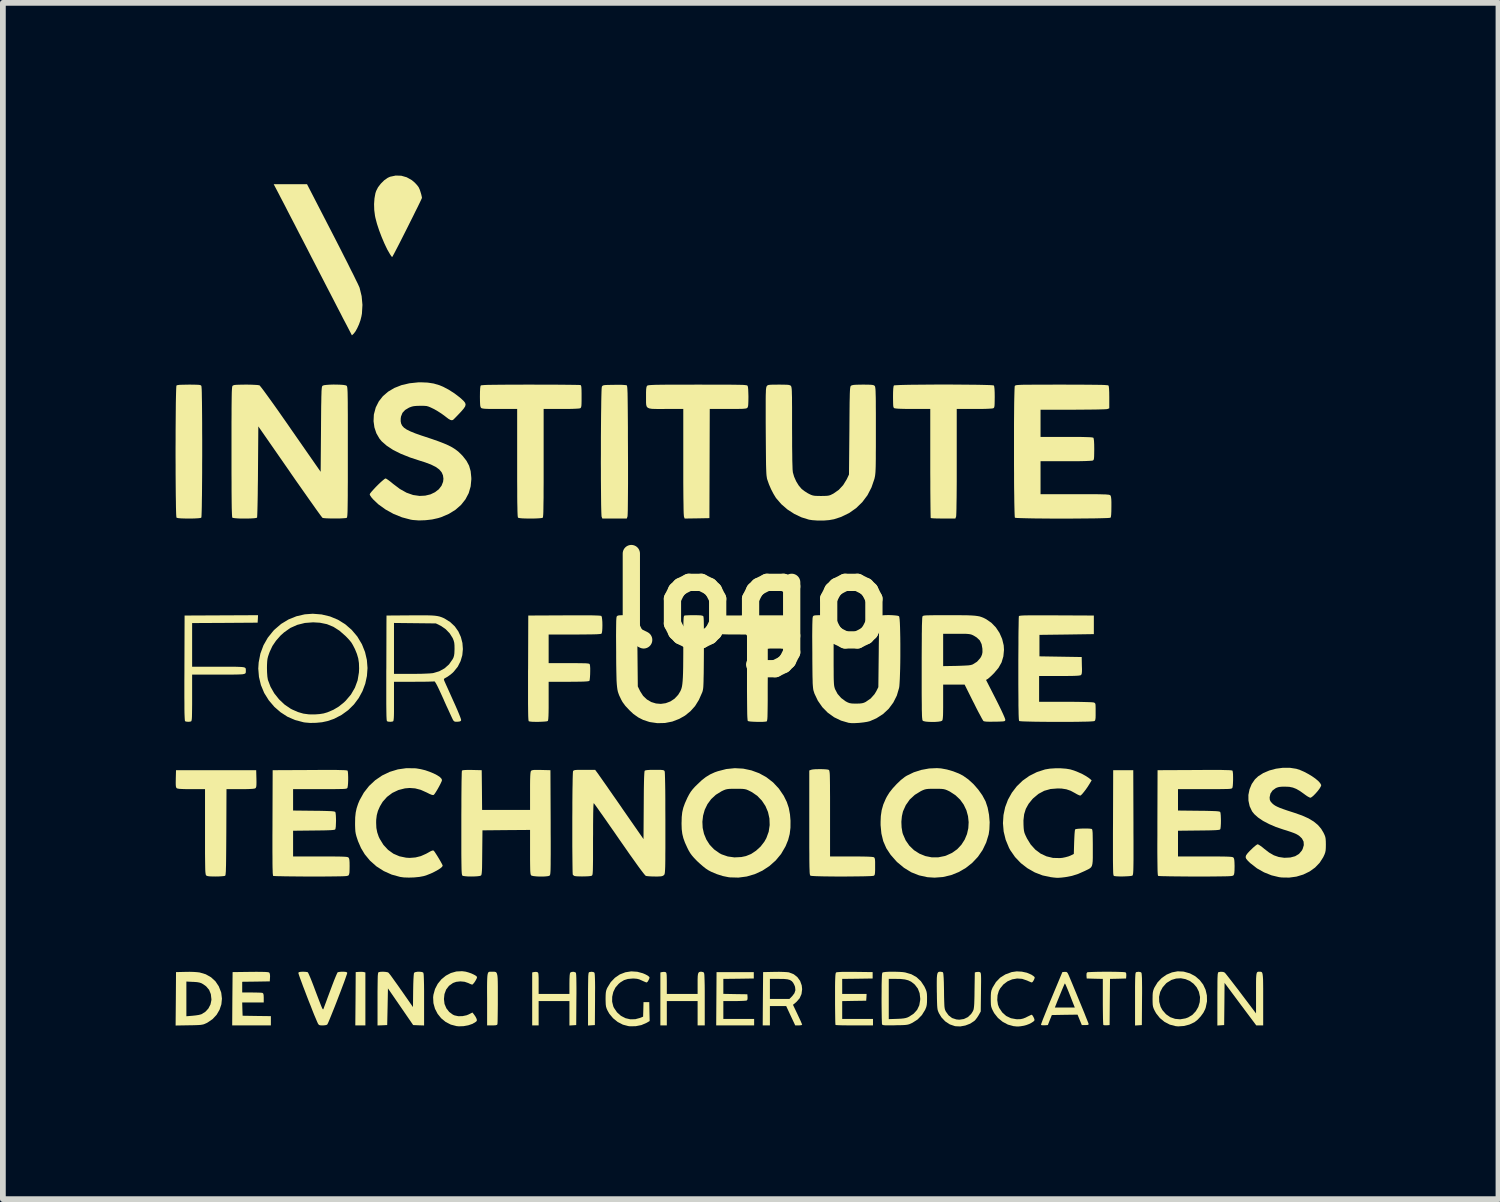
<source format=kicad_pcb>
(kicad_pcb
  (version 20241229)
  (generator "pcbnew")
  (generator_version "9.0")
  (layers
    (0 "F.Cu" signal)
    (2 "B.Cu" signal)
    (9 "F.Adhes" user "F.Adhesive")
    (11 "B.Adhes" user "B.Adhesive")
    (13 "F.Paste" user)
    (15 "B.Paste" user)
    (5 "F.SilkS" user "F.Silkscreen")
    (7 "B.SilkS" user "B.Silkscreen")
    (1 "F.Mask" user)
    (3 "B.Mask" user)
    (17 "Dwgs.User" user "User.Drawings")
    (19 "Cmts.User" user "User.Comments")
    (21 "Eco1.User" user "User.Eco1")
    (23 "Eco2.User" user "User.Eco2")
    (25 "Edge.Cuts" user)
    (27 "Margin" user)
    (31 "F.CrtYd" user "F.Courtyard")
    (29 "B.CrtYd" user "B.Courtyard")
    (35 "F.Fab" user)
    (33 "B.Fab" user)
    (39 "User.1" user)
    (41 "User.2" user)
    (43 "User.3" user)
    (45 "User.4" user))
  (footprint "logo"
    (layer "F.Cu")
    (at 9.99 7.389)
    (property "Reference" "logo" (at 0 0 0) (layer "F.SilkS") (effects (font (size 1.5 1.5) (thickness 0.3))))
    (attr board_only exclude_from_pos_files exclude_from_bom)
    (fp_poly (pts (xy -6.728 6.447) (xy -6.721 6.449) (xy -6.692 6.456) (xy -6.692 6.916) (xy -6.692 7.376) (xy -6.779 7.376) (xy -6.867 7.376) (xy -6.863 6.913) (xy -6.86 6.45) (xy -6.805 6.446) (xy -6.764 6.445)) (stroke (width 0) (type solid)) (fill yes) (layer "F.SilkS"))
    (fp_poly (pts (xy -2.73 6.449) (xy -2.713 6.46) (xy -2.709 6.474) (xy -2.706 6.505) (xy -2.704 6.554) (xy -2.702 6.624) (xy -2.701 6.715) (xy -2.702 6.828) (xy -2.702 6.924) (xy -2.705 7.37) (xy -2.765 7.374) (xy -2.824 7.378) (xy -2.824 6.918) (xy -2.824 6.798) (xy -2.823 6.7) (xy -2.822 6.623) (xy -2.821 6.563) (xy -2.82 6.519) (xy -2.817 6.488) (xy -2.814 6.468) (xy -2.81 6.457) (xy -2.805 6.451) (xy -2.804 6.451) (xy -2.765 6.444)) (stroke (width 0) (type solid)) (fill yes) (layer "F.SilkS"))
    (fp_poly (pts (xy 6.773 6.449) (xy 6.79 6.46) (xy 6.794 6.474) (xy 6.797 6.505) (xy 6.8 6.554) (xy 6.801 6.624) (xy 6.802 6.715) (xy 6.802 6.828) (xy 6.801 6.924) (xy 6.798 7.37) (xy 6.739 7.374) (xy 6.68 7.378) (xy 6.68 6.918) (xy 6.68 6.798) (xy 6.68 6.7) (xy 6.681 6.623) (xy 6.682 6.563) (xy 6.684 6.519) (xy 6.686 6.488) (xy 6.689 6.468) (xy 6.693 6.457) (xy 6.698 6.451) (xy 6.699 6.451) (xy 6.738 6.444)) (stroke (width 0) (type solid)) (fill yes) (layer "F.SilkS"))
    (fp_poly (pts (xy 0.056 6.505) (xy 0.056 6.561) (xy -0.208 6.565) (xy -0.473 6.568) (xy -0.473 6.698) (xy -0.473 6.828) (xy -0.264 6.832) (xy -0.056 6.835) (xy -0.052 6.884) (xy -0.053 6.922) (xy -0.064 6.942) (xy -0.082 6.946) (xy -0.12 6.949) (xy -0.173 6.951) (xy -0.237 6.953) (xy -0.277 6.953) (xy -0.473 6.953) (xy -0.473 7.109) (xy -0.473 7.264) (xy -0.205 7.264) (xy 0.062 7.264) (xy 0.062 7.32) (xy 0.062 7.376) (xy -0.268 7.376) (xy -0.597 7.376) (xy -0.594 6.913) (xy -0.591 6.45) (xy -0.267 6.45) (xy 0.056 6.45)) (stroke (width 0) (type solid)) (fill yes) (layer "F.SilkS"))
    (fp_poly (pts (xy -4.498 6.443) (xy -4.484 6.443) (xy -4.46 6.443) (xy -4.441 6.445) (xy -4.425 6.45) (xy -4.413 6.462) (xy -4.405 6.482) (xy -4.398 6.513) (xy -4.394 6.558) (xy -4.392 6.618) (xy -4.391 6.695) (xy -4.391 6.794) (xy -4.391 6.91) (xy -4.391 7.011) (xy -4.392 7.105) (xy -4.393 7.188) (xy -4.394 7.258) (xy -4.395 7.312) (xy -4.397 7.346) (xy -4.398 7.357) (xy -4.409 7.368) (xy -4.432 7.374) (xy -4.473 7.376) (xy -4.492 7.376) (xy -4.577 7.376) (xy -4.577 6.917) (xy -4.578 6.796) (xy -4.578 6.697) (xy -4.577 6.619) (xy -4.575 6.558) (xy -4.572 6.513) (xy -4.567 6.482) (xy -4.56 6.461) (xy -4.55 6.449) (xy -4.536 6.444) (xy -4.519 6.443)) (stroke (width 0) (type solid)) (fill yes) (layer "F.SilkS"))
    (fp_poly (pts (xy 6.269 6.444) (xy 6.348 6.445) (xy 6.416 6.447) (xy 6.469 6.449) (xy 6.504 6.452) (xy 6.516 6.454) (xy 6.527 6.475) (xy 6.528 6.513) (xy 6.524 6.561) (xy 6.384 6.565) (xy 6.245 6.568) (xy 6.241 6.969) (xy 6.238 7.37) (xy 6.188 7.374) (xy 6.154 7.374) (xy 6.132 7.37) (xy 6.129 7.368) (xy 6.127 7.354) (xy 6.125 7.318) (xy 6.123 7.264) (xy 6.122 7.193) (xy 6.121 7.11) (xy 6.12 7.017) (xy 6.12 6.964) (xy 6.12 6.568) (xy 5.98 6.565) (xy 5.84 6.561) (xy 5.836 6.513) (xy 5.837 6.474) (xy 5.848 6.454) (xy 5.865 6.451) (xy 5.903 6.449) (xy 5.958 6.447) (xy 6.028 6.445) (xy 6.109 6.444) (xy 6.182 6.444)) (stroke (width 0) (type solid)) (fill yes) (layer "F.SilkS"))
    (fp_poly (pts (xy -8.5 6.446) (xy -8.438 6.447) (xy -8.396 6.45) (xy -8.371 6.454) (xy -8.363 6.457) (xy -8.352 6.479) (xy -8.348 6.519) (xy -8.349 6.542) (xy -8.353 6.611) (xy -8.592 6.615) (xy -8.832 6.618) (xy -8.832 6.711) (xy -8.832 6.804) (xy -8.665 6.804) (xy -8.601 6.805) (xy -8.546 6.806) (xy -8.504 6.808) (xy -8.48 6.811) (xy -8.478 6.812) (xy -8.467 6.822) (xy -8.46 6.847) (xy -8.458 6.89) (xy -8.458 6.899) (xy -8.458 6.978) (xy -8.645 6.978) (xy -8.832 6.978) (xy -8.829 7.093) (xy -8.825 7.208) (xy -8.58 7.212) (xy -8.334 7.215) (xy -8.334 7.296) (xy -8.334 7.376) (xy -8.67 7.376) (xy -9.006 7.376) (xy -9.003 6.913) (xy -8.999 6.45) (xy -8.69 6.446) (xy -8.584 6.445)) (stroke (width 0) (type solid)) (fill yes) (layer "F.SilkS"))
    (fp_poly (pts (xy 6.652 3.85) (xy 6.652 4.022) (xy 6.653 4.172) (xy 6.653 4.3) (xy 6.653 4.408) (xy 6.653 4.498) (xy 6.652 4.572) (xy 6.651 4.631) (xy 6.65 4.677) (xy 6.648 4.711) (xy 6.646 4.736) (xy 6.643 4.753) (xy 6.64 4.764) (xy 6.637 4.771) (xy 6.634 4.773) (xy 6.614 4.779) (xy 6.576 4.783) (xy 6.525 4.786) (xy 6.469 4.788) (xy 6.412 4.788) (xy 6.362 4.786) (xy 6.325 4.782) (xy 6.316 4.78) (xy 6.312 4.778) (xy 6.308 4.773) (xy 6.305 4.763) (xy 6.302 4.747) (xy 6.3 4.722) (xy 6.299 4.688) (xy 6.298 4.642) (xy 6.297 4.583) (xy 6.296 4.509) (xy 6.296 4.419) (xy 6.296 4.311) (xy 6.296 4.182) (xy 6.296 4.033) (xy 6.297 3.86) (xy 6.297 3.858) (xy 6.3 2.942) (xy 6.474 2.942) (xy 6.649 2.942)) (stroke (width 0) (type solid)) (fill yes) (layer "F.SilkS"))
    (fp_poly (pts (xy -3.042 6.455) (xy -3.036 6.46) (xy -3.032 6.474) (xy -3.029 6.505) (xy -3.027 6.554) (xy -3.026 6.624) (xy -3.025 6.715) (xy -3.025 6.828) (xy -3.026 6.924) (xy -3.029 7.37) (xy -3.088 7.374) (xy -3.147 7.378) (xy -3.147 7.165) (xy -3.147 6.953) (xy -3.414 6.953) (xy -3.682 6.953) (xy -3.682 7.165) (xy -3.682 7.376) (xy -3.738 7.376) (xy -3.794 7.376) (xy -3.794 6.916) (xy -3.794 6.456) (xy -3.764 6.449) (xy -3.729 6.446) (xy -3.708 6.449) (xy -3.698 6.454) (xy -3.691 6.462) (xy -3.686 6.479) (xy -3.684 6.507) (xy -3.682 6.551) (xy -3.682 6.615) (xy -3.682 6.643) (xy -3.682 6.829) (xy -3.414 6.829) (xy -3.147 6.829) (xy -3.147 6.651) (xy -3.146 6.568) (xy -3.143 6.509) (xy -3.138 6.472) (xy -3.132 6.458) (xy -3.105 6.446) (xy -3.071 6.445)) (stroke (width 0) (type solid)) (fill yes) (layer "F.SilkS"))
    (fp_poly (pts (xy -0.828 6.449) (xy -0.811 6.458) (xy -0.807 6.47) (xy -0.803 6.495) (xy -0.801 6.537) (xy -0.799 6.597) (xy -0.797 6.676) (xy -0.796 6.776) (xy -0.796 6.9) (xy -0.796 6.925) (xy -0.796 7.376) (xy -0.858 7.376) (xy -0.92 7.376) (xy -0.92 7.165) (xy -0.92 6.953) (xy -1.188 6.953) (xy -1.455 6.953) (xy -1.455 7.165) (xy -1.455 7.376) (xy -1.511 7.376) (xy -1.567 7.376) (xy -1.567 6.916) (xy -1.567 6.456) (xy -1.537 6.449) (xy -1.503 6.446) (xy -1.481 6.449) (xy -1.471 6.454) (xy -1.464 6.462) (xy -1.46 6.479) (xy -1.457 6.507) (xy -1.456 6.551) (xy -1.455 6.615) (xy -1.455 6.643) (xy -1.455 6.829) (xy -1.188 6.829) (xy -0.92 6.829) (xy -0.92 6.651) (xy -0.92 6.575) (xy -0.918 6.519) (xy -0.913 6.482) (xy -0.904 6.46) (xy -0.89 6.448) (xy -0.87 6.444) (xy -0.858 6.443)) (stroke (width 0) (type solid)) (fill yes) (layer "F.SilkS"))
    (fp_poly (pts (xy 1.764 6.446) (xy 1.811 6.446) (xy 2.121 6.45) (xy 2.121 6.505) (xy 2.121 6.561) (xy 1.856 6.565) (xy 1.592 6.568) (xy 1.592 6.699) (xy 1.592 6.829) (xy 1.804 6.829) (xy 2.016 6.829) (xy 2.013 6.888) (xy 2.009 6.947) (xy 1.801 6.95) (xy 1.592 6.954) (xy 1.592 7.109) (xy 1.592 7.264) (xy 1.86 7.264) (xy 2.127 7.264) (xy 2.127 7.32) (xy 2.127 7.376) (xy 1.806 7.376) (xy 1.719 7.376) (xy 1.64 7.375) (xy 1.573 7.374) (xy 1.521 7.372) (xy 1.488 7.37) (xy 1.476 7.368) (xy 1.474 7.354) (xy 1.472 7.318) (xy 1.471 7.263) (xy 1.47 7.191) (xy 1.469 7.107) (xy 1.468 7.011) (xy 1.468 6.915) (xy 1.468 6.795) (xy 1.468 6.696) (xy 1.469 6.619) (xy 1.471 6.559) (xy 1.473 6.515) (xy 1.476 6.486) (xy 1.48 6.467) (xy 1.484 6.458) (xy 1.485 6.457) (xy 1.5 6.452) (xy 1.535 6.449) (xy 1.589 6.446) (xy 1.665 6.446)) (stroke (width 0) (type solid)) (fill yes) (layer "F.SilkS"))
    (fp_poly (pts (xy -7.995 -7.239) (xy -7.706 -7.239) (xy -7.262 -6.378) (xy -7.191 -6.24) (xy -7.123 -6.107) (xy -7.059 -5.98) (xy -6.999 -5.863) (xy -6.946 -5.755) (xy -6.898 -5.661) (xy -6.859 -5.58) (xy -6.827 -5.516) (xy -6.806 -5.47) (xy -6.794 -5.443) (xy -6.793 -5.441) (xy -6.757 -5.294) (xy -6.743 -5.142) (xy -6.752 -4.99) (xy -6.761 -4.941) (xy -6.778 -4.874) (xy -6.803 -4.804) (xy -6.833 -4.738) (xy -6.864 -4.682) (xy -6.893 -4.644) (xy -6.895 -4.642) (xy -6.926 -4.613) (xy -7.025 -4.804) (xy -7.046 -4.844) (xy -7.078 -4.904) (xy -7.118 -4.983) (xy -7.167 -5.077) (xy -7.223 -5.186) (xy -7.285 -5.306) (xy -7.353 -5.437) (xy -7.424 -5.575) (xy -7.499 -5.72) (xy -7.575 -5.868) (xy -7.625 -5.964) (xy -7.701 -6.113) (xy -7.776 -6.258) (xy -7.849 -6.398) (xy -7.917 -6.531) (xy -7.981 -6.654) (xy -8.039 -6.766) (xy -8.09 -6.866) (xy -8.134 -6.95) (xy -8.169 -7.017) (xy -8.194 -7.066) (xy -8.205 -7.087) (xy -8.285 -7.239)) (stroke (width 0) (type solid)) (fill yes) (layer "F.SilkS"))
    (fp_poly (pts (xy -6.068 -7.386) (xy -5.974 -7.359) (xy -5.886 -7.31) (xy -5.834 -7.266) (xy -5.794 -7.223) (xy -5.767 -7.187) (xy -5.748 -7.146) (xy -5.736 -7.11) (xy -5.722 -7.064) (xy -5.713 -7.025) (xy -5.709 -7.001) (xy -5.709 -7.001) (xy -5.715 -6.987) (xy -5.73 -6.954) (xy -5.754 -6.904) (xy -5.785 -6.84) (xy -5.823 -6.765) (xy -5.864 -6.681) (xy -5.909 -6.592) (xy -5.955 -6.499) (xy -6.002 -6.406) (xy -6.048 -6.315) (xy -6.091 -6.23) (xy -6.131 -6.152) (xy -6.166 -6.085) (xy -6.194 -6.031) (xy -6.215 -5.993) (xy -6.226 -5.974) (xy -6.227 -5.973) (xy -6.235 -5.98) (xy -6.251 -6.002) (xy -6.264 -6.022) (xy -6.313 -6.107) (xy -6.362 -6.21) (xy -6.41 -6.323) (xy -6.454 -6.439) (xy -6.491 -6.552) (xy -6.518 -6.655) (xy -6.525 -6.689) (xy -6.538 -6.79) (xy -6.541 -6.894) (xy -6.534 -6.993) (xy -6.518 -7.081) (xy -6.505 -7.121) (xy -6.472 -7.186) (xy -6.423 -7.249) (xy -6.366 -7.306) (xy -6.305 -7.349) (xy -6.264 -7.368) (xy -6.165 -7.389)) (stroke (width 0) (type solid)) (fill yes) (layer "F.SilkS"))
    (fp_poly (pts (xy -6.344 6.446) (xy -6.308 6.452) (xy -6.292 6.459) (xy -6.28 6.473) (xy -6.255 6.504) (xy -6.221 6.551) (xy -6.179 6.61) (xy -6.13 6.678) (xy -6.078 6.753) (xy -6.068 6.766) (xy -5.865 7.058) (xy -5.862 6.767) (xy -5.86 6.661) (xy -5.857 6.576) (xy -5.853 6.513) (xy -5.849 6.474) (xy -5.844 6.46) (xy -5.823 6.45) (xy -5.788 6.444) (xy -5.747 6.444) (xy -5.71 6.448) (xy -5.687 6.458) (xy -5.687 6.458) (xy -5.683 6.469) (xy -5.679 6.495) (xy -5.677 6.537) (xy -5.675 6.597) (xy -5.673 6.676) (xy -5.672 6.776) (xy -5.672 6.9) (xy -5.672 6.925) (xy -5.672 7.377) (xy -5.767 7.374) (xy -5.862 7.37) (xy -6.081 7.051) (xy -6.3 6.733) (xy -6.306 7.051) (xy -6.313 7.37) (xy -6.397 7.374) (xy -6.481 7.377) (xy -6.481 6.918) (xy -6.481 6.798) (xy -6.48 6.7) (xy -6.479 6.623) (xy -6.478 6.563) (xy -6.477 6.519) (xy -6.474 6.488) (xy -6.471 6.468) (xy -6.467 6.457) (xy -6.462 6.451) (xy -6.461 6.451) (xy -6.43 6.445) (xy -6.388 6.443)) (stroke (width 0) (type solid)) (fill yes) (layer "F.SilkS"))
    (fp_poly (pts (xy 8.849 6.443) (xy 8.863 6.444) (xy 8.875 6.447) (xy 8.885 6.455) (xy 8.892 6.47) (xy 8.897 6.494) (xy 8.901 6.531) (xy 8.904 6.581) (xy 8.905 6.648) (xy 8.906 6.734) (xy 8.906 6.84) (xy 8.906 6.925) (xy 8.906 7.376) (xy 8.846 7.376) (xy 8.786 7.376) (xy 8.51 7.007) (xy 8.235 6.637) (xy 8.232 7.004) (xy 8.228 7.37) (xy 8.169 7.374) (xy 8.11 7.378) (xy 8.11 6.918) (xy 8.11 6.798) (xy 8.111 6.7) (xy 8.111 6.623) (xy 8.112 6.563) (xy 8.114 6.519) (xy 8.116 6.488) (xy 8.12 6.468) (xy 8.123 6.457) (xy 8.128 6.451) (xy 8.13 6.451) (xy 8.169 6.444) (xy 8.211 6.447) (xy 8.238 6.459) (xy 8.25 6.472) (xy 8.275 6.503) (xy 8.311 6.549) (xy 8.357 6.608) (xy 8.41 6.677) (xy 8.469 6.753) (xy 8.52 6.821) (xy 8.782 7.168) (xy 8.782 6.813) (xy 8.782 6.707) (xy 8.782 6.624) (xy 8.783 6.561) (xy 8.786 6.514) (xy 8.79 6.482) (xy 8.796 6.461) (xy 8.805 6.449) (xy 8.817 6.444) (xy 8.833 6.443)) (stroke (width 0) (type solid)) (fill yes) (layer "F.SilkS"))
    (fp_poly (pts (xy -9.675 6.447) (xy -9.616 6.451) (xy -9.573 6.456) (xy -9.572 6.456) (xy -9.465 6.488) (xy -9.373 6.54) (xy -9.297 6.61) (xy -9.239 6.697) (xy -9.199 6.799) (xy -9.196 6.81) (xy -9.184 6.911) (xy -9.194 7.01) (xy -9.226 7.105) (xy -9.277 7.192) (xy -9.346 7.266) (xy -9.432 7.325) (xy -9.448 7.334) (xy -9.475 7.346) (xy -9.498 7.356) (xy -9.524 7.362) (xy -9.554 7.367) (xy -9.596 7.37) (xy -9.651 7.372) (xy -9.726 7.374) (xy -9.755 7.374) (xy -9.989 7.378) (xy -9.985 6.914) (xy -9.983 6.614) (xy -9.802 6.614) (xy -9.802 6.916) (xy -9.802 7.217) (xy -9.693 7.208) (xy -9.637 7.202) (xy -9.586 7.194) (xy -9.548 7.184) (xy -9.541 7.182) (xy -9.474 7.141) (xy -9.42 7.083) (xy -9.383 7.012) (xy -9.367 6.935) (xy -9.367 6.921) (xy -9.377 6.833) (xy -9.407 6.758) (xy -9.459 6.697) (xy -9.512 6.659) (xy -9.545 6.641) (xy -9.578 6.631) (xy -9.619 6.624) (xy -9.675 6.62) (xy -9.686 6.62) (xy -9.802 6.614) (xy -9.983 6.614) (xy -9.982 6.45) (xy -9.814 6.446) (xy -9.744 6.445)) (stroke (width 0) (type solid)) (fill yes) (layer "F.SilkS"))
    (fp_poly (pts (xy 0.567 6.447) (xy 0.624 6.45) (xy 0.664 6.454) (xy 0.67 6.456) (xy 0.75 6.487) (xy 0.814 6.538) (xy 0.861 6.603) (xy 0.889 6.681) (xy 0.896 6.747) (xy 0.885 6.831) (xy 0.852 6.905) (xy 0.797 6.968) (xy 0.79 6.974) (xy 0.737 7.018) (xy 0.816 7.184) (xy 0.844 7.244) (xy 0.868 7.295) (xy 0.885 7.335) (xy 0.895 7.359) (xy 0.896 7.363) (xy 0.884 7.371) (xy 0.856 7.375) (xy 0.836 7.376) (xy 0.776 7.376) (xy 0.697 7.208) (xy 0.619 7.04) (xy 0.477 7.04) (xy 0.336 7.04) (xy 0.336 7.208) (xy 0.336 7.376) (xy 0.274 7.376) (xy 0.211 7.376) (xy 0.214 6.913) (xy 0.217 6.568) (xy 0.336 6.568) (xy 0.336 6.742) (xy 0.336 6.916) (xy 0.505 6.916) (xy 0.675 6.916) (xy 0.722 6.869) (xy 0.762 6.817) (xy 0.779 6.764) (xy 0.773 6.707) (xy 0.761 6.675) (xy 0.74 6.635) (xy 0.716 6.607) (xy 0.684 6.587) (xy 0.641 6.575) (xy 0.581 6.569) (xy 0.501 6.568) (xy 0.494 6.568) (xy 0.336 6.568) (xy 0.217 6.568) (xy 0.218 6.45) (xy 0.417 6.446) (xy 0.496 6.445)) (stroke (width 0) (type solid)) (fill yes) (layer "F.SilkS"))
    (fp_poly (pts (xy -4.95 6.442) (xy -4.9 6.456) (xy -4.849 6.474) (xy -4.804 6.495) (xy -4.77 6.515) (xy -4.753 6.533) (xy -4.752 6.537) (xy -4.758 6.56) (xy -4.774 6.591) (xy -4.795 6.625) (xy -4.817 6.652) (xy -4.833 6.667) (xy -4.836 6.667) (xy -4.856 6.662) (xy -4.888 6.648) (xy -4.904 6.64) (xy -4.968 6.618) (xy -5.041 6.611) (xy -5.114 6.619) (xy -5.17 6.639) (xy -5.239 6.688) (xy -5.289 6.753) (xy -5.318 6.832) (xy -5.327 6.917) (xy -5.317 7.003) (xy -5.285 7.079) (xy -5.236 7.142) (xy -5.172 7.189) (xy -5.143 7.202) (xy -5.079 7.216) (xy -5.006 7.215) (xy -4.934 7.2) (xy -4.897 7.185) (xy -4.832 7.152) (xy -4.805 7.186) (xy -4.78 7.222) (xy -4.762 7.257) (xy -4.754 7.284) (xy -4.76 7.302) (xy -4.775 7.315) (xy -4.831 7.349) (xy -4.904 7.374) (xy -4.985 7.389) (xy -5.067 7.392) (xy -5.108 7.388) (xy -5.208 7.362) (xy -5.297 7.316) (xy -5.375 7.252) (xy -5.437 7.175) (xy -5.483 7.086) (xy -5.51 6.989) (xy -5.515 6.888) (xy -5.51 6.844) (xy -5.482 6.743) (xy -5.435 6.653) (xy -5.371 6.575) (xy -5.294 6.512) (xy -5.207 6.466) (xy -5.112 6.439) (xy -5.013 6.434)) (stroke (width 0) (type solid)) (fill yes) (layer "F.SilkS"))
    (fp_poly (pts (xy -8.56 0.314) (xy -8.564 0.379) (xy -9.133 0.383) (xy -9.702 0.386) (xy -9.702 0.765) (xy -9.702 1.144) (xy -9.243 1.144) (xy -9.122 1.144) (xy -9.024 1.144) (xy -8.945 1.145) (xy -8.885 1.147) (xy -8.84 1.149) (xy -8.809 1.153) (xy -8.788 1.159) (xy -8.776 1.167) (xy -8.771 1.178) (xy -8.769 1.192) (xy -8.769 1.208) (xy -8.769 1.213) (xy -8.769 1.23) (xy -8.77 1.244) (xy -8.774 1.256) (xy -8.785 1.265) (xy -8.803 1.271) (xy -8.831 1.276) (xy -8.873 1.278) (xy -8.929 1.28) (xy -9.003 1.281) (xy -9.096 1.281) (xy -9.212 1.281) (xy -9.243 1.281) (xy -9.702 1.281) (xy -9.702 1.684) (xy -9.702 1.796) (xy -9.703 1.885) (xy -9.704 1.955) (xy -9.705 2.007) (xy -9.707 2.045) (xy -9.71 2.07) (xy -9.714 2.085) (xy -9.718 2.092) (xy -9.722 2.095) (xy -9.756 2.101) (xy -9.794 2.1) (xy -9.823 2.092) (xy -9.824 2.092) (xy -9.827 2.085) (xy -9.829 2.068) (xy -9.831 2.04) (xy -9.833 1.999) (xy -9.835 1.943) (xy -9.836 1.871) (xy -9.836 1.782) (xy -9.837 1.675) (xy -9.837 1.547) (xy -9.837 1.398) (xy -9.836 1.225) (xy -9.836 1.168) (xy -9.833 0.255) (xy -9.195 0.252) (xy -8.557 0.249)) (stroke (width 0) (type solid)) (fill yes) (layer "F.SilkS"))
    (fp_poly (pts (xy -8.585 3.091) (xy -8.584 3.155) (xy -8.585 3.2) (xy -8.588 3.228) (xy -8.594 3.245) (xy -8.602 3.255) (xy -8.603 3.256) (xy -8.62 3.262) (xy -8.653 3.266) (xy -8.705 3.269) (xy -8.777 3.271) (xy -8.865 3.271) (xy -9.105 3.271) (xy -9.108 4.018) (xy -9.109 4.175) (xy -9.11 4.309) (xy -9.111 4.422) (xy -9.112 4.515) (xy -9.113 4.591) (xy -9.115 4.65) (xy -9.116 4.696) (xy -9.119 4.73) (xy -9.121 4.753) (xy -9.124 4.767) (xy -9.128 4.775) (xy -9.13 4.777) (xy -9.149 4.781) (xy -9.188 4.785) (xy -9.24 4.788) (xy -9.294 4.789) (xy -9.36 4.788) (xy -9.406 4.786) (xy -9.436 4.781) (xy -9.453 4.774) (xy -9.459 4.769) (xy -9.463 4.763) (xy -9.466 4.752) (xy -9.469 4.734) (xy -9.472 4.708) (xy -9.474 4.671) (xy -9.475 4.622) (xy -9.476 4.558) (xy -9.477 4.479) (xy -9.478 4.381) (xy -9.478 4.264) (xy -9.478 4.125) (xy -9.478 4.011) (xy -9.478 3.271) (xy -9.712 3.271) (xy -9.805 3.271) (xy -9.874 3.269) (xy -9.923 3.266) (xy -9.954 3.261) (xy -9.968 3.256) (xy -9.977 3.246) (xy -9.983 3.23) (xy -9.986 3.203) (xy -9.987 3.161) (xy -9.986 3.098) (xy -9.986 3.091) (xy -9.982 2.942) (xy -9.286 2.942) (xy -8.589 2.942)) (stroke (width 0) (type solid)) (fill yes) (layer "F.SilkS"))
    (fp_poly (pts (xy -2.236 -3.753) (xy -2.189 -3.75) (xy -2.159 -3.747) (xy -2.152 -3.745) (xy -2.149 -3.74) (xy -2.146 -3.73) (xy -2.143 -3.714) (xy -2.141 -3.689) (xy -2.139 -3.654) (xy -2.137 -3.608) (xy -2.136 -3.549) (xy -2.135 -3.476) (xy -2.134 -3.387) (xy -2.133 -3.281) (xy -2.132 -3.156) (xy -2.131 -3.011) (xy -2.131 -2.845) (xy -2.13 -2.655) (xy -2.13 -2.614) (xy -2.129 -2.403) (xy -2.129 -2.211) (xy -2.129 -2.04) (xy -2.13 -1.89) (xy -2.131 -1.761) (xy -2.132 -1.655) (xy -2.133 -1.571) (xy -2.135 -1.511) (xy -2.137 -1.474) (xy -2.139 -1.463) (xy -2.151 -1.43) (xy -2.363 -1.43) (xy -2.575 -1.43) (xy -2.588 -1.462) (xy -2.59 -1.481) (xy -2.592 -1.523) (xy -2.594 -1.584) (xy -2.596 -1.664) (xy -2.597 -1.76) (xy -2.598 -1.87) (xy -2.599 -1.991) (xy -2.6 -2.122) (xy -2.6 -2.259) (xy -2.601 -2.402) (xy -2.6 -2.548) (xy -2.6 -2.694) (xy -2.6 -2.839) (xy -2.599 -2.98) (xy -2.598 -3.115) (xy -2.597 -3.242) (xy -2.595 -3.359) (xy -2.594 -3.463) (xy -2.592 -3.552) (xy -2.59 -3.625) (xy -2.588 -3.678) (xy -2.585 -3.711) (xy -2.584 -3.719) (xy -2.577 -3.731) (xy -2.569 -3.739) (xy -2.554 -3.745) (xy -2.53 -3.749) (xy -2.492 -3.751) (xy -2.437 -3.752) (xy -2.369 -3.753) (xy -2.298 -3.754)) (stroke (width 0) (type solid)) (fill yes) (layer "F.SilkS"))
    (fp_poly (pts (xy 5.488 6.447) (xy 5.507 6.463) (xy 5.514 6.477) (xy 5.524 6.497) (xy 5.541 6.537) (xy 5.564 6.592) (xy 5.593 6.661) (xy 5.625 6.739) (xy 5.66 6.823) (xy 5.696 6.911) (xy 5.732 6.998) (xy 5.767 7.083) (xy 5.799 7.161) (xy 5.826 7.23) (xy 5.849 7.287) (xy 5.865 7.327) (xy 5.873 7.349) (xy 5.874 7.351) (xy 5.87 7.363) (xy 5.852 7.369) (xy 5.816 7.37) (xy 5.755 7.37) (xy 5.718 7.28) (xy 5.681 7.189) (xy 5.458 7.192) (xy 5.234 7.196) (xy 5.199 7.283) (xy 5.165 7.37) (xy 5.109 7.374) (xy 5.074 7.374) (xy 5.05 7.37) (xy 5.046 7.367) (xy 5.049 7.353) (xy 5.061 7.319) (xy 5.08 7.268) (xy 5.107 7.201) (xy 5.139 7.121) (xy 5.161 7.065) (xy 5.287 7.065) (xy 5.46 7.065) (xy 5.633 7.065) (xy 5.585 6.944) (xy 5.549 6.851) (xy 5.52 6.778) (xy 5.498 6.725) (xy 5.482 6.687) (xy 5.471 6.663) (xy 5.464 6.651) (xy 5.459 6.648) (xy 5.458 6.65) (xy 5.451 6.665) (xy 5.436 6.699) (xy 5.416 6.746) (xy 5.393 6.802) (xy 5.368 6.863) (xy 5.344 6.922) (xy 5.322 6.976) (xy 5.312 7.002) (xy 5.287 7.065) (xy 5.161 7.065) (xy 5.175 7.03) (xy 5.216 6.932) (xy 5.228 6.903) (xy 5.417 6.45) (xy 5.457 6.446)) (stroke (width 0) (type solid)) (fill yes) (layer "F.SilkS"))
    (fp_poly (pts (xy -1.968 6.444) (xy -1.872 6.47) (xy -1.83 6.488) (xy -1.792 6.508) (xy -1.779 6.517) (xy -1.76 6.534) (xy -1.755 6.548) (xy -1.763 6.571) (xy -1.77 6.585) (xy -1.786 6.614) (xy -1.802 6.629) (xy -1.805 6.63) (xy -1.823 6.625) (xy -1.856 6.611) (xy -1.889 6.596) (xy -1.934 6.576) (xy -1.974 6.566) (xy -2.023 6.562) (xy -2.052 6.562) (xy -2.132 6.569) (xy -2.199 6.59) (xy -2.262 6.629) (xy -2.294 6.656) (xy -2.348 6.719) (xy -2.385 6.795) (xy -2.404 6.879) (xy -2.405 6.964) (xy -2.385 7.045) (xy -2.373 7.071) (xy -2.32 7.149) (xy -2.253 7.209) (xy -2.175 7.25) (xy -2.09 7.27) (xy -2.002 7.268) (xy -1.925 7.247) (xy -1.867 7.224) (xy -1.863 7.098) (xy -1.86 6.972) (xy -1.81 6.972) (xy -1.76 6.972) (xy -1.757 7.136) (xy -1.753 7.3) (xy -1.806 7.331) (xy -1.896 7.37) (xy -1.996 7.39) (xy -2.098 7.391) (xy -2.123 7.388) (xy -2.218 7.363) (xy -2.309 7.316) (xy -2.389 7.251) (xy -2.454 7.173) (xy -2.485 7.118) (xy -2.501 7.082) (xy -2.511 7.049) (xy -2.516 7.012) (xy -2.518 6.964) (xy -2.519 6.916) (xy -2.518 6.854) (xy -2.515 6.809) (xy -2.509 6.774) (xy -2.498 6.742) (xy -2.486 6.717) (xy -2.429 6.624) (xy -2.356 6.548) (xy -2.271 6.49) (xy -2.175 6.453) (xy -2.073 6.437)) (stroke (width 0) (type solid)) (fill yes) (layer "F.SilkS"))
    (fp_poly (pts (xy -9.681 -3.756) (xy -9.626 -3.755) (xy -9.589 -3.753) (xy -9.565 -3.75) (xy -9.551 -3.744) (xy -9.543 -3.737) (xy -9.541 -3.732) (xy -9.539 -3.716) (xy -9.536 -3.676) (xy -9.534 -3.617) (xy -9.533 -3.539) (xy -9.531 -3.445) (xy -9.53 -3.337) (xy -9.529 -3.217) (xy -9.528 -3.087) (xy -9.528 -2.95) (xy -9.527 -2.808) (xy -9.527 -2.662) (xy -9.527 -2.516) (xy -9.528 -2.37) (xy -9.528 -2.228) (xy -9.529 -2.091) (xy -9.53 -1.961) (xy -9.531 -1.842) (xy -9.533 -1.734) (xy -9.534 -1.64) (xy -9.536 -1.562) (xy -9.538 -1.502) (xy -9.54 -1.463) (xy -9.543 -1.446) (xy -9.543 -1.445) (xy -9.561 -1.439) (xy -9.599 -1.435) (xy -9.651 -1.432) (xy -9.712 -1.43) (xy -9.777 -1.43) (xy -9.84 -1.431) (xy -9.897 -1.433) (xy -9.941 -1.437) (xy -9.968 -1.443) (xy -9.973 -1.445) (xy -9.976 -1.46) (xy -9.979 -1.498) (xy -9.981 -1.556) (xy -9.983 -1.633) (xy -9.984 -1.726) (xy -9.986 -1.833) (xy -9.987 -1.952) (xy -9.988 -2.081) (xy -9.989 -2.217) (xy -9.989 -2.36) (xy -9.99 -2.505) (xy -9.99 -2.652) (xy -9.989 -2.799) (xy -9.989 -2.942) (xy -9.988 -3.08) (xy -9.987 -3.21) (xy -9.986 -3.331) (xy -9.985 -3.441) (xy -9.983 -3.537) (xy -9.981 -3.617) (xy -9.979 -3.679) (xy -9.977 -3.721) (xy -9.974 -3.741) (xy -9.973 -3.742) (xy -9.957 -3.748) (xy -9.92 -3.753) (xy -9.861 -3.755) (xy -9.78 -3.756) (xy -9.756 -3.757)) (stroke (width 0) (type solid)) (fill yes) (layer "F.SilkS"))
    (fp_poly (pts (xy 7.521 6.441) (xy 7.527 6.442) (xy 7.633 6.472) (xy 7.725 6.521) (xy 7.802 6.587) (xy 7.863 6.666) (xy 7.905 6.756) (xy 7.928 6.855) (xy 7.93 6.958) (xy 7.908 7.065) (xy 7.898 7.094) (xy 7.867 7.156) (xy 7.821 7.219) (xy 7.767 7.277) (xy 7.713 7.32) (xy 7.626 7.361) (xy 7.529 7.386) (xy 7.429 7.393) (xy 7.381 7.388) (xy 7.283 7.362) (xy 7.191 7.314) (xy 7.111 7.248) (xy 7.046 7.166) (xy 7.021 7.121) (xy 7.004 7.085) (xy 6.993 7.053) (xy 6.987 7.019) (xy 6.985 6.974) (xy 6.984 6.916) (xy 6.985 6.88) (xy 7.097 6.88) (xy 7.1 6.967) (xy 7.124 7.053) (xy 7.156 7.111) (xy 7.218 7.182) (xy 7.292 7.233) (xy 7.375 7.262) (xy 7.464 7.27) (xy 7.557 7.254) (xy 7.603 7.237) (xy 7.676 7.193) (xy 7.735 7.13) (xy 7.779 7.055) (xy 7.804 6.971) (xy 7.809 6.882) (xy 7.808 6.879) (xy 7.789 6.791) (xy 7.751 6.715) (xy 7.697 6.652) (xy 7.631 6.604) (xy 7.556 6.572) (xy 7.476 6.557) (xy 7.393 6.562) (xy 7.312 6.586) (xy 7.237 6.632) (xy 7.221 6.644) (xy 7.159 6.715) (xy 7.117 6.794) (xy 7.097 6.88) (xy 6.985 6.88) (xy 6.985 6.854) (xy 6.988 6.809) (xy 6.995 6.774) (xy 7.006 6.742) (xy 7.017 6.717) (xy 7.072 6.627) (xy 7.144 6.552) (xy 7.228 6.494) (xy 7.321 6.455) (xy 7.42 6.436)) (stroke (width 0) (type solid)) (fill yes) (layer "F.SilkS"))
    (fp_poly (pts (xy 0.52 0.251) (xy 0.61 0.252) (xy 0.682 0.253) (xy 0.737 0.254) (xy 0.777 0.256) (xy 0.804 0.258) (xy 0.819 0.262) (xy 0.823 0.264) (xy 0.827 0.283) (xy 0.831 0.32) (xy 0.833 0.37) (xy 0.833 0.413) (xy 0.832 0.476) (xy 0.83 0.52) (xy 0.824 0.547) (xy 0.816 0.563) (xy 0.814 0.565) (xy 0.804 0.572) (xy 0.786 0.577) (xy 0.758 0.581) (xy 0.717 0.583) (xy 0.658 0.584) (xy 0.578 0.585) (xy 0.546 0.585) (xy 0.299 0.585) (xy 0.299 1.336) (xy 0.298 1.492) (xy 0.298 1.626) (xy 0.298 1.738) (xy 0.297 1.831) (xy 0.296 1.906) (xy 0.295 1.966) (xy 0.294 2.011) (xy 0.292 2.045) (xy 0.289 2.068) (xy 0.286 2.083) (xy 0.283 2.091) (xy 0.279 2.095) (xy 0.254 2.099) (xy 0.213 2.102) (xy 0.161 2.103) (xy 0.104 2.102) (xy 0.049 2.1) (xy 0.001 2.097) (xy -0.033 2.092) (xy -0.047 2.087) (xy -0.051 2.078) (xy -0.053 2.055) (xy -0.056 2.018) (xy -0.058 1.966) (xy -0.059 1.896) (xy -0.06 1.808) (xy -0.061 1.7) (xy -0.062 1.571) (xy -0.062 1.419) (xy -0.062 1.328) (xy -0.062 0.585) (xy -0.302 0.584) (xy -0.377 0.584) (xy -0.444 0.582) (xy -0.5 0.58) (xy -0.538 0.577) (xy -0.557 0.574) (xy -0.557 0.574) (xy -0.564 0.562) (xy -0.568 0.536) (xy -0.57 0.492) (xy -0.57 0.427) (xy -0.569 0.409) (xy -0.566 0.255) (xy 0.124 0.252) (xy 0.278 0.251) (xy 0.41 0.251)) (stroke (width 0) (type solid)) (fill yes) (layer "F.SilkS"))
    (fp_poly (pts (xy 1.238 2.924) (xy 1.291 2.926) (xy 1.333 2.93) (xy 1.357 2.936) (xy 1.362 2.939) (xy 1.366 2.945) (xy 1.369 2.955) (xy 1.372 2.97) (xy 1.375 2.994) (xy 1.377 3.027) (xy 1.378 3.072) (xy 1.379 3.13) (xy 1.38 3.204) (xy 1.38 3.295) (xy 1.381 3.405) (xy 1.381 3.537) (xy 1.381 3.691) (xy 1.381 3.695) (xy 1.381 4.441) (xy 1.748 4.441) (xy 1.863 4.441) (xy 1.959 4.442) (xy 2.037 4.444) (xy 2.095 4.447) (xy 2.13 4.451) (xy 2.14 4.454) (xy 2.151 4.461) (xy 2.157 4.474) (xy 2.162 4.497) (xy 2.164 4.534) (xy 2.164 4.59) (xy 2.164 4.615) (xy 2.164 4.678) (xy 2.162 4.722) (xy 2.159 4.749) (xy 2.153 4.765) (xy 2.144 4.774) (xy 2.14 4.776) (xy 2.122 4.779) (xy 2.082 4.782) (xy 2.024 4.784) (xy 1.951 4.786) (xy 1.865 4.787) (xy 1.771 4.788) (xy 1.671 4.789) (xy 1.568 4.789) (xy 1.466 4.789) (xy 1.369 4.788) (xy 1.278 4.787) (xy 1.197 4.785) (xy 1.13 4.783) (xy 1.08 4.78) (xy 1.049 4.777) (xy 1.042 4.775) (xy 1.038 4.772) (xy 1.034 4.765) (xy 1.031 4.754) (xy 1.028 4.736) (xy 1.026 4.71) (xy 1.025 4.674) (xy 1.023 4.626) (xy 1.022 4.565) (xy 1.021 4.489) (xy 1.021 4.396) (xy 1.02 4.285) (xy 1.02 4.154) (xy 1.02 4.002) (xy 1.02 3.855) (xy 1.02 2.947) (xy 1.052 2.935) (xy 1.081 2.929) (xy 1.126 2.925) (xy 1.181 2.924)) (stroke (width 0) (type solid)) (fill yes) (layer "F.SilkS"))
    (fp_poly (pts (xy 4.713 6.442) (xy 4.801 6.461) (xy 4.878 6.494) (xy 4.913 6.517) (xy 4.932 6.534) (xy 4.937 6.548) (xy 4.929 6.571) (xy 4.923 6.585) (xy 4.906 6.614) (xy 4.89 6.629) (xy 4.887 6.63) (xy 4.869 6.625) (xy 4.836 6.611) (xy 4.803 6.596) (xy 4.718 6.567) (xy 4.631 6.561) (xy 4.545 6.576) (xy 4.465 6.61) (xy 4.394 6.663) (xy 4.337 6.732) (xy 4.313 6.777) (xy 4.291 6.852) (xy 4.286 6.935) (xy 4.298 7.016) (xy 4.319 7.071) (xy 4.373 7.151) (xy 4.441 7.212) (xy 4.523 7.251) (xy 4.615 7.268) (xy 4.64 7.269) (xy 4.692 7.267) (xy 4.736 7.257) (xy 4.784 7.238) (xy 4.8 7.229) (xy 4.84 7.21) (xy 4.869 7.196) (xy 4.883 7.19) (xy 4.883 7.19) (xy 4.896 7.2) (xy 4.912 7.225) (xy 4.926 7.254) (xy 4.933 7.279) (xy 4.933 7.287) (xy 4.916 7.307) (xy 4.883 7.329) (xy 4.839 7.352) (xy 4.791 7.37) (xy 4.747 7.382) (xy 4.745 7.382) (xy 4.691 7.391) (xy 4.651 7.395) (xy 4.618 7.394) (xy 4.582 7.39) (xy 4.569 7.389) (xy 4.471 7.362) (xy 4.379 7.313) (xy 4.298 7.246) (xy 4.233 7.164) (xy 4.21 7.121) (xy 4.193 7.085) (xy 4.182 7.053) (xy 4.176 7.019) (xy 4.174 6.974) (xy 4.173 6.916) (xy 4.174 6.854) (xy 4.177 6.809) (xy 4.183 6.774) (xy 4.195 6.742) (xy 4.206 6.717) (xy 4.263 6.623) (xy 4.336 6.547) (xy 4.427 6.49) (xy 4.535 6.45) (xy 4.54 6.449) (xy 4.624 6.437)) (stroke (width 0) (type solid)) (fill yes) (layer "F.SilkS"))
    (fp_poly (pts (xy -7.041 6.445) (xy -7.016 6.452) (xy -7.007 6.462) (xy -7.01 6.477) (xy -7.022 6.511) (xy -7.04 6.563) (xy -7.063 6.628) (xy -7.092 6.704) (xy -7.123 6.787) (xy -7.157 6.875) (xy -7.191 6.964) (xy -7.225 7.051) (xy -7.258 7.133) (xy -7.288 7.208) (xy -7.314 7.271) (xy -7.334 7.319) (xy -7.349 7.351) (xy -7.355 7.361) (xy -7.374 7.37) (xy -7.41 7.375) (xy -7.433 7.376) (xy -7.473 7.375) (xy -7.496 7.369) (xy -7.51 7.354) (xy -7.517 7.342) (xy -7.532 7.309) (xy -7.553 7.259) (xy -7.58 7.196) (xy -7.61 7.121) (xy -7.642 7.038) (xy -7.677 6.951) (xy -7.711 6.863) (xy -7.744 6.776) (xy -7.776 6.693) (xy -7.803 6.619) (xy -7.827 6.555) (xy -7.844 6.506) (xy -7.854 6.474) (xy -7.857 6.462) (xy -7.844 6.45) (xy -7.814 6.445) (xy -7.778 6.443) (xy -7.736 6.445) (xy -7.704 6.449) (xy -7.692 6.453) (xy -7.684 6.467) (xy -7.669 6.5) (xy -7.647 6.551) (xy -7.621 6.616) (xy -7.592 6.691) (xy -7.564 6.766) (xy -7.526 6.866) (xy -7.496 6.944) (xy -7.473 7.004) (xy -7.456 7.047) (xy -7.443 7.076) (xy -7.435 7.091) (xy -7.428 7.097) (xy -7.423 7.095) (xy -7.419 7.086) (xy -7.416 7.078) (xy -7.409 7.058) (xy -7.394 7.018) (xy -7.373 6.962) (xy -7.348 6.893) (xy -7.319 6.816) (xy -7.296 6.754) (xy -7.266 6.674) (xy -7.238 6.601) (xy -7.213 6.539) (xy -7.193 6.492) (xy -7.179 6.462) (xy -7.173 6.453) (xy -7.153 6.448) (xy -7.118 6.444) (xy -7.087 6.443)) (stroke (width 0) (type solid)) (fill yes) (layer "F.SilkS"))
    (fp_poly (pts (xy 3.324 6.447) (xy 3.342 6.453) (xy 3.347 6.466) (xy 3.351 6.498) (xy 3.355 6.552) (xy 3.358 6.627) (xy 3.36 6.725) (xy 3.361 6.773) (xy 3.362 6.87) (xy 3.364 6.945) (xy 3.366 7.002) (xy 3.368 7.045) (xy 3.372 7.076) (xy 3.377 7.099) (xy 3.384 7.117) (xy 3.392 7.134) (xy 3.44 7.201) (xy 3.501 7.248) (xy 3.575 7.272) (xy 3.626 7.277) (xy 3.706 7.265) (xy 3.775 7.232) (xy 3.832 7.178) (xy 3.86 7.134) (xy 3.868 7.117) (xy 3.875 7.098) (xy 3.879 7.075) (xy 3.883 7.043) (xy 3.886 7) (xy 3.888 6.942) (xy 3.89 6.866) (xy 3.891 6.77) (xy 3.896 6.456) (xy 3.925 6.448) (xy 3.96 6.446) (xy 3.98 6.449) (xy 3.988 6.453) (xy 3.994 6.458) (xy 3.999 6.469) (xy 4.002 6.487) (xy 4.004 6.517) (xy 4.005 6.56) (xy 4.005 6.62) (xy 4.004 6.699) (xy 4.003 6.796) (xy 3.999 7.134) (xy 3.962 7.2) (xy 3.935 7.242) (xy 3.905 7.281) (xy 3.888 7.298) (xy 3.815 7.346) (xy 3.731 7.378) (xy 3.643 7.394) (xy 3.558 7.39) (xy 3.549 7.388) (xy 3.461 7.358) (xy 3.382 7.306) (xy 3.316 7.236) (xy 3.273 7.165) (xy 3.263 7.142) (xy 3.255 7.122) (xy 3.249 7.099) (xy 3.245 7.07) (xy 3.242 7.031) (xy 3.24 6.98) (xy 3.238 6.912) (xy 3.237 6.823) (xy 3.236 6.796) (xy 3.235 6.693) (xy 3.235 6.612) (xy 3.236 6.551) (xy 3.24 6.506) (xy 3.246 6.476) (xy 3.255 6.457) (xy 3.267 6.447) (xy 3.283 6.444) (xy 3.294 6.443)) (stroke (width 0) (type solid)) (fill yes) (layer "F.SilkS"))
    (fp_poly (pts (xy -0.753 -3.756) (xy -0.61 -3.756) (xy -0.487 -3.756) (xy -0.385 -3.756) (xy -0.3 -3.755) (xy -0.231 -3.754) (xy -0.177 -3.753) (xy -0.135 -3.752) (xy -0.104 -3.75) (xy -0.082 -3.747) (xy -0.067 -3.745) (xy -0.058 -3.741) (xy -0.053 -3.737) (xy -0.05 -3.732) (xy -0.045 -3.711) (xy -0.041 -3.671) (xy -0.039 -3.617) (xy -0.037 -3.554) (xy -0.037 -3.541) (xy -0.038 -3.469) (xy -0.04 -3.419) (xy -0.043 -3.386) (xy -0.049 -3.365) (xy -0.057 -3.353) (xy -0.066 -3.347) (xy -0.081 -3.342) (xy -0.106 -3.339) (xy -0.143 -3.336) (xy -0.196 -3.335) (xy -0.266 -3.334) (xy -0.357 -3.334) (xy -0.393 -3.334) (xy -0.709 -3.334) (xy -0.712 -2.385) (xy -0.715 -1.437) (xy -0.93 -1.433) (xy -1.145 -1.43) (xy -1.157 -1.462) (xy -1.159 -1.481) (xy -1.162 -1.524) (xy -1.164 -1.589) (xy -1.165 -1.677) (xy -1.167 -1.785) (xy -1.168 -1.914) (xy -1.169 -2.061) (xy -1.169 -2.225) (xy -1.169 -2.407) (xy -1.169 -2.414) (xy -1.169 -3.334) (xy -1.473 -3.334) (xy -1.575 -3.333) (xy -1.654 -3.334) (xy -1.714 -3.336) (xy -1.757 -3.343) (xy -1.786 -3.355) (xy -1.804 -3.375) (xy -1.813 -3.404) (xy -1.816 -3.444) (xy -1.816 -3.497) (xy -1.816 -3.553) (xy -1.816 -3.624) (xy -1.814 -3.673) (xy -1.81 -3.706) (xy -1.804 -3.726) (xy -1.797 -3.737) (xy -1.791 -3.741) (xy -1.78 -3.744) (xy -1.763 -3.747) (xy -1.738 -3.749) (xy -1.703 -3.751) (xy -1.656 -3.753) (xy -1.596 -3.754) (xy -1.521 -3.755) (xy -1.429 -3.756) (xy -1.319 -3.756) (xy -1.188 -3.756) (xy -1.036 -3.756) (xy -0.92 -3.757)) (stroke (width 0) (type solid)) (fill yes) (layer "F.SilkS"))
    (fp_poly (pts (xy 2.526 6.444) (xy 2.589 6.446) (xy 2.645 6.45) (xy 2.687 6.456) (xy 2.793 6.487) (xy 2.884 6.538) (xy 2.959 6.608) (xy 3.018 6.697) (xy 3.027 6.715) (xy 3.046 6.757) (xy 3.058 6.793) (xy 3.064 6.83) (xy 3.066 6.879) (xy 3.066 6.916) (xy 3.065 6.976) (xy 3.061 7.02) (xy 3.053 7.056) (xy 3.038 7.093) (xy 3.033 7.105) (xy 2.976 7.197) (xy 2.902 7.273) (xy 2.813 7.33) (xy 2.783 7.344) (xy 2.758 7.355) (xy 2.732 7.362) (xy 2.702 7.367) (xy 2.662 7.37) (xy 2.607 7.372) (xy 2.534 7.373) (xy 2.511 7.374) (xy 2.432 7.375) (xy 2.374 7.375) (xy 2.333 7.374) (xy 2.308 7.371) (xy 2.293 7.367) (xy 2.286 7.36) (xy 2.284 7.357) (xy 2.282 7.34) (xy 2.281 7.302) (xy 2.279 7.244) (xy 2.278 7.171) (xy 2.277 7.084) (xy 2.276 6.988) (xy 2.276 6.905) (xy 2.277 6.78) (xy 2.277 6.679) (xy 2.279 6.598) (xy 2.28 6.568) (xy 2.401 6.568) (xy 2.401 6.917) (xy 2.401 7.267) (xy 2.547 7.262) (xy 2.613 7.259) (xy 2.661 7.254) (xy 2.698 7.247) (xy 2.728 7.237) (xy 2.755 7.224) (xy 2.835 7.171) (xy 2.894 7.105) (xy 2.931 7.027) (xy 2.947 6.935) (xy 2.948 6.91) (xy 2.937 6.816) (xy 2.906 6.736) (xy 2.854 6.668) (xy 2.836 6.652) (xy 2.789 6.616) (xy 2.738 6.592) (xy 2.679 6.577) (xy 2.605 6.569) (xy 2.535 6.568) (xy 2.401 6.568) (xy 2.28 6.568) (xy 2.281 6.538) (xy 2.283 6.496) (xy 2.287 6.47) (xy 2.291 6.458) (xy 2.31 6.452) (xy 2.348 6.447) (xy 2.4 6.444) (xy 2.461 6.443)) (stroke (width 0) (type solid)) (fill yes) (layer "F.SilkS"))
    (fp_poly (pts (xy -2.841 0.251) (xy -2.753 0.252) (xy -2.686 0.254) (xy -2.637 0.256) (xy -2.607 0.259) (xy -2.592 0.262) (xy -2.592 0.263) (xy -2.584 0.281) (xy -2.579 0.318) (xy -2.575 0.367) (xy -2.574 0.422) (xy -2.575 0.476) (xy -2.578 0.523) (xy -2.584 0.557) (xy -2.59 0.57) (xy -2.601 0.574) (xy -2.627 0.577) (xy -2.669 0.58) (xy -2.728 0.582) (xy -2.808 0.583) (xy -2.908 0.584) (xy -3.031 0.585) (xy -3.056 0.585) (xy -3.508 0.585) (xy -3.508 0.833) (xy -3.508 1.082) (xy -3.155 1.082) (xy -3.05 1.082) (xy -2.969 1.083) (xy -2.906 1.084) (xy -2.861 1.085) (xy -2.829 1.088) (xy -2.81 1.091) (xy -2.799 1.096) (xy -2.794 1.102) (xy -2.794 1.102) (xy -2.789 1.127) (xy -2.786 1.169) (xy -2.786 1.22) (xy -2.787 1.273) (xy -2.79 1.324) (xy -2.794 1.364) (xy -2.799 1.388) (xy -2.801 1.391) (xy -2.814 1.395) (xy -2.842 1.399) (xy -2.888 1.402) (xy -2.953 1.404) (xy -3.039 1.405) (xy -3.148 1.406) (xy -3.162 1.406) (xy -3.508 1.406) (xy -3.508 1.739) (xy -3.508 1.849) (xy -3.509 1.935) (xy -3.511 2.001) (xy -3.514 2.047) (xy -3.518 2.075) (xy -3.523 2.087) (xy -3.54 2.093) (xy -3.577 2.097) (xy -3.626 2.1) (xy -3.682 2.102) (xy -3.739 2.102) (xy -3.79 2.101) (xy -3.83 2.097) (xy -3.852 2.092) (xy -3.853 2.092) (xy -3.856 2.085) (xy -3.859 2.068) (xy -3.861 2.04) (xy -3.863 1.999) (xy -3.864 1.943) (xy -3.865 1.871) (xy -3.866 1.782) (xy -3.866 1.675) (xy -3.866 1.547) (xy -3.866 1.398) (xy -3.866 1.225) (xy -3.865 1.168) (xy -3.862 0.255) (xy -3.235 0.252) (xy -3.081 0.251) (xy -2.949 0.251)) (stroke (width 0) (type solid)) (fill yes) (layer "F.SilkS"))
    (fp_poly (pts (xy 3.481 -3.758) (xy 3.606 -3.757) (xy 3.727 -3.756) (xy 3.84 -3.755) (xy 3.943 -3.754) (xy 4.035 -3.752) (xy 4.111 -3.75) (xy 4.17 -3.748) (xy 4.209 -3.745) (xy 4.226 -3.742) (xy 4.227 -3.742) (xy 4.233 -3.724) (xy 4.238 -3.684) (xy 4.241 -3.623) (xy 4.242 -3.543) (xy 4.241 -3.471) (xy 4.24 -3.421) (xy 4.238 -3.387) (xy 4.234 -3.366) (xy 4.228 -3.354) (xy 4.218 -3.347) (xy 4.218 -3.346) (xy 4.197 -3.342) (xy 4.154 -3.339) (xy 4.091 -3.336) (xy 4.009 -3.334) (xy 3.912 -3.334) (xy 3.888 -3.334) (xy 3.582 -3.334) (xy 3.582 -2.414) (xy 3.582 -2.235) (xy 3.582 -2.071) (xy 3.581 -1.925) (xy 3.58 -1.796) (xy 3.578 -1.687) (xy 3.577 -1.598) (xy 3.575 -1.53) (xy 3.573 -1.485) (xy 3.571 -1.463) (xy 3.57 -1.462) (xy 3.558 -1.43) (xy 3.348 -1.43) (xy 3.279 -1.431) (xy 3.218 -1.432) (xy 3.17 -1.434) (xy 3.139 -1.437) (xy 3.13 -1.439) (xy 3.129 -1.452) (xy 3.128 -1.489) (xy 3.127 -1.546) (xy 3.126 -1.623) (xy 3.125 -1.716) (xy 3.124 -1.825) (xy 3.123 -1.947) (xy 3.123 -2.081) (xy 3.122 -2.223) (xy 3.122 -2.374) (xy 3.122 -2.39) (xy 3.122 -3.334) (xy 2.823 -3.334) (xy 2.724 -3.334) (xy 2.64 -3.336) (xy 2.573 -3.338) (xy 2.526 -3.342) (xy 2.501 -3.346) (xy 2.499 -3.346) (xy 2.49 -3.353) (xy 2.483 -3.365) (xy 2.479 -3.385) (xy 2.477 -3.418) (xy 2.476 -3.467) (xy 2.475 -3.537) (xy 2.475 -3.543) (xy 2.476 -3.627) (xy 2.479 -3.687) (xy 2.484 -3.725) (xy 2.49 -3.742) (xy 2.505 -3.745) (xy 2.543 -3.747) (xy 2.601 -3.75) (xy 2.676 -3.752) (xy 2.766 -3.754) (xy 2.868 -3.755) (xy 2.981 -3.756) (xy 3.101 -3.757) (xy 3.226 -3.758) (xy 3.353 -3.758)) (stroke (width 0) (type solid)) (fill yes) (layer "F.SilkS"))
    (fp_poly (pts (xy -3.68 -3.756) (xy -3.544 -3.756) (xy -3.416 -3.756) (xy -3.3 -3.755) (xy -3.198 -3.754) (xy -3.11 -3.753) (xy -3.04 -3.752) (xy -2.99 -3.751) (xy -2.961 -3.75) (xy -2.955 -3.749) (xy -2.948 -3.743) (xy -2.942 -3.729) (xy -2.939 -3.703) (xy -2.937 -3.662) (xy -2.936 -3.603) (xy -2.936 -3.55) (xy -2.936 -3.477) (xy -2.937 -3.425) (xy -2.939 -3.39) (xy -2.943 -3.368) (xy -2.949 -3.355) (xy -2.957 -3.348) (xy -2.96 -3.346) (xy -2.98 -3.342) (xy -3.023 -3.339) (xy -3.087 -3.336) (xy -3.168 -3.334) (xy -3.265 -3.334) (xy -3.289 -3.334) (xy -3.595 -3.334) (xy -3.595 -2.397) (xy -3.595 -2.211) (xy -3.595 -2.05) (xy -3.596 -1.91) (xy -3.596 -1.791) (xy -3.598 -1.693) (xy -3.599 -1.612) (xy -3.6 -1.55) (xy -3.602 -1.503) (xy -3.605 -1.47) (xy -3.607 -1.452) (xy -3.61 -1.445) (xy -3.628 -1.439) (xy -3.666 -1.435) (xy -3.718 -1.432) (xy -3.779 -1.43) (xy -3.844 -1.43) (xy -3.907 -1.431) (xy -3.964 -1.433) (xy -4.008 -1.437) (xy -4.035 -1.443) (xy -4.04 -1.445) (xy -4.043 -1.454) (xy -4.046 -1.476) (xy -4.048 -1.511) (xy -4.05 -1.561) (xy -4.051 -1.627) (xy -4.053 -1.711) (xy -4.054 -1.813) (xy -4.054 -1.936) (xy -4.055 -2.08) (xy -4.055 -2.247) (xy -4.055 -2.397) (xy -4.055 -3.334) (xy -4.359 -3.334) (xy -4.456 -3.334) (xy -4.531 -3.334) (xy -4.587 -3.336) (xy -4.627 -3.338) (xy -4.654 -3.342) (xy -4.671 -3.346) (xy -4.681 -3.352) (xy -4.682 -3.353) (xy -4.69 -3.366) (xy -4.696 -3.387) (xy -4.699 -3.42) (xy -4.701 -3.47) (xy -4.702 -3.541) (xy -4.702 -3.55) (xy -4.701 -3.632) (xy -4.698 -3.691) (xy -4.693 -3.728) (xy -4.687 -3.742) (xy -4.678 -3.745) (xy -4.656 -3.747) (xy -4.62 -3.75) (xy -4.569 -3.752) (xy -4.501 -3.753) (xy -4.416 -3.754) (xy -4.311 -3.755) (xy -4.186 -3.756) (xy -4.038 -3.756) (xy -3.868 -3.757) (xy -3.823 -3.757)) (stroke (width 0) (type solid)) (fill yes) (layer "F.SilkS"))
    (fp_poly (pts (xy 5.111 0.251) (xy 5.25 0.251) (xy 5.318 0.252) (xy 5.964 0.255) (xy 5.964 0.417) (xy 5.964 0.578) (xy 5.492 0.585) (xy 5.019 0.591) (xy 5.019 0.777) (xy 5.019 0.964) (xy 5.386 0.97) (xy 5.753 0.976) (xy 5.756 1.126) (xy 5.758 1.19) (xy 5.757 1.234) (xy 5.754 1.262) (xy 5.748 1.279) (xy 5.74 1.29) (xy 5.739 1.29) (xy 5.725 1.295) (xy 5.698 1.299) (xy 5.655 1.302) (xy 5.595 1.304) (xy 5.515 1.305) (xy 5.413 1.306) (xy 5.365 1.306) (xy 5.013 1.306) (xy 5.013 1.53) (xy 5.013 1.754) (xy 5.472 1.754) (xy 5.588 1.754) (xy 5.692 1.755) (xy 5.784 1.757) (xy 5.859 1.759) (xy 5.916 1.761) (xy 5.952 1.764) (xy 5.964 1.766) (xy 5.977 1.772) (xy 5.986 1.78) (xy 5.992 1.796) (xy 5.994 1.823) (xy 5.995 1.866) (xy 5.995 1.927) (xy 5.995 1.991) (xy 5.994 2.034) (xy 5.99 2.062) (xy 5.985 2.078) (xy 5.976 2.087) (xy 5.971 2.089) (xy 5.953 2.092) (xy 5.913 2.095) (xy 5.855 2.098) (xy 5.78 2.099) (xy 5.693 2.101) (xy 5.595 2.102) (xy 5.49 2.103) (xy 5.38 2.103) (xy 5.269 2.103) (xy 5.159 2.102) (xy 5.054 2.101) (xy 4.955 2.1) (xy 4.867 2.098) (xy 4.791 2.096) (xy 4.73 2.094) (xy 4.689 2.091) (xy 4.668 2.088) (xy 4.667 2.087) (xy 4.664 2.078) (xy 4.661 2.057) (xy 4.659 2.021) (xy 4.657 1.971) (xy 4.656 1.904) (xy 4.654 1.82) (xy 4.654 1.716) (xy 4.653 1.592) (xy 4.652 1.447) (xy 4.652 1.279) (xy 4.652 1.176) (xy 4.652 1.029) (xy 4.653 0.889) (xy 4.654 0.757) (xy 4.654 0.637) (xy 4.655 0.531) (xy 4.657 0.439) (xy 4.658 0.365) (xy 4.659 0.309) (xy 4.661 0.275) (xy 4.662 0.264) (xy 4.67 0.261) (xy 4.687 0.258) (xy 4.717 0.255) (xy 4.762 0.253) (xy 4.821 0.252) (xy 4.898 0.251) (xy 4.994 0.251)) (stroke (width 0) (type solid)) (fill yes) (layer "F.SilkS"))
    (fp_poly (pts (xy -5.829 2.909) (xy -5.806 2.911) (xy -5.73 2.924) (xy -5.652 2.943) (xy -5.577 2.969) (xy -5.507 2.998) (xy -5.446 3.029) (xy -5.399 3.06) (xy -5.37 3.09) (xy -5.361 3.113) (xy -5.367 3.135) (xy -5.384 3.172) (xy -5.407 3.217) (xy -5.434 3.266) (xy -5.461 3.311) (xy -5.485 3.348) (xy -5.502 3.369) (xy -5.503 3.37) (xy -5.516 3.374) (xy -5.539 3.37) (xy -5.576 3.355) (xy -5.628 3.329) (xy -5.731 3.283) (xy -5.828 3.258) (xy -5.924 3.251) (xy -6.005 3.258) (xy -6.119 3.287) (xy -6.224 3.337) (xy -6.316 3.406) (xy -6.392 3.491) (xy -6.439 3.57) (xy -6.474 3.649) (xy -6.494 3.723) (xy -6.504 3.803) (xy -6.505 3.856) (xy -6.501 3.946) (xy -6.486 4.023) (xy -6.46 4.099) (xy -6.442 4.136) (xy -6.378 4.24) (xy -6.298 4.326) (xy -6.205 4.393) (xy -6.1 4.438) (xy -5.985 4.462) (xy -5.922 4.466) (xy -5.822 4.458) (xy -5.729 4.435) (xy -5.637 4.394) (xy -5.606 4.377) (xy -5.56 4.351) (xy -5.53 4.338) (xy -5.511 4.337) (xy -5.505 4.341) (xy -5.491 4.357) (xy -5.47 4.389) (xy -5.443 4.431) (xy -5.415 4.477) (xy -5.388 4.523) (xy -5.366 4.563) (xy -5.352 4.591) (xy -5.349 4.601) (xy -5.36 4.621) (xy -5.39 4.647) (xy -5.435 4.676) (xy -5.49 4.706) (xy -5.552 4.736) (xy -5.615 4.761) (xy -5.676 4.781) (xy -5.679 4.782) (xy -5.753 4.796) (xy -5.843 4.805) (xy -5.936 4.808) (xy -6.025 4.805) (xy -6.089 4.796) (xy -6.235 4.756) (xy -6.373 4.694) (xy -6.5 4.613) (xy -6.611 4.514) (xy -6.62 4.504) (xy -6.703 4.403) (xy -6.768 4.295) (xy -6.82 4.175) (xy -6.831 4.142) (xy -6.848 4.09) (xy -6.859 4.047) (xy -6.866 4.005) (xy -6.869 3.957) (xy -6.871 3.896) (xy -6.871 3.862) (xy -6.869 3.762) (xy -6.86 3.678) (xy -6.844 3.603) (xy -6.819 3.527) (xy -6.792 3.463) (xy -6.719 3.332) (xy -6.628 3.216) (xy -6.521 3.116) (xy -6.401 3.034) (xy -6.269 2.971) (xy -6.128 2.928) (xy -5.981 2.907)) (stroke (width 0) (type solid)) (fill yes) (layer "F.SilkS"))
    (fp_poly (pts (xy 3.309 2.911) (xy 3.412 2.93) (xy 3.519 2.961) (xy 3.619 3) (xy 3.691 3.037) (xy 3.783 3.102) (xy 3.873 3.184) (xy 3.956 3.279) (xy 4.027 3.379) (xy 4.08 3.478) (xy 4.082 3.481) (xy 4.119 3.592) (xy 4.143 3.717) (xy 4.154 3.846) (xy 4.149 3.972) (xy 4.137 4.057) (xy 4.094 4.198) (xy 4.031 4.329) (xy 3.95 4.447) (xy 3.852 4.551) (xy 3.74 4.64) (xy 3.616 4.712) (xy 3.483 4.765) (xy 3.342 4.798) (xy 3.197 4.809) (xy 3.072 4.801) (xy 2.927 4.769) (xy 2.793 4.716) (xy 2.667 4.639) (xy 2.548 4.54) (xy 2.531 4.523) (xy 2.433 4.411) (xy 2.358 4.297) (xy 2.305 4.175) (xy 2.273 4.043) (xy 2.259 3.897) (xy 2.259 3.856) (xy 2.259 3.838) (xy 2.62 3.838) (xy 2.624 3.936) (xy 2.639 4.026) (xy 2.647 4.052) (xy 2.694 4.16) (xy 2.759 4.254) (xy 2.84 4.332) (xy 2.934 4.392) (xy 3.037 4.434) (xy 3.147 4.456) (xy 3.26 4.456) (xy 3.375 4.433) (xy 3.394 4.427) (xy 3.5 4.379) (xy 3.59 4.315) (xy 3.663 4.237) (xy 3.72 4.148) (xy 3.76 4.052) (xy 3.783 3.95) (xy 3.789 3.845) (xy 3.778 3.741) (xy 3.75 3.639) (xy 3.704 3.542) (xy 3.641 3.454) (xy 3.56 3.377) (xy 3.462 3.313) (xy 3.446 3.305) (xy 3.412 3.289) (xy 3.383 3.278) (xy 3.354 3.271) (xy 3.318 3.267) (xy 3.27 3.265) (xy 3.203 3.265) (xy 3.203 3.265) (xy 3.136 3.265) (xy 3.088 3.267) (xy 3.052 3.271) (xy 3.023 3.278) (xy 2.994 3.289) (xy 2.96 3.305) (xy 2.96 3.305) (xy 2.854 3.37) (xy 2.766 3.451) (xy 2.697 3.549) (xy 2.648 3.658) (xy 2.629 3.742) (xy 2.62 3.838) (xy 2.259 3.838) (xy 2.263 3.739) (xy 2.278 3.636) (xy 2.306 3.538) (xy 2.349 3.438) (xy 2.367 3.403) (xy 2.41 3.333) (xy 2.469 3.258) (xy 2.538 3.183) (xy 2.61 3.114) (xy 2.681 3.058) (xy 2.715 3.037) (xy 2.835 2.979) (xy 2.967 2.937) (xy 3.103 2.912) (xy 3.238 2.906)) (stroke (width 0) (type solid)) (fill yes) (layer "F.SilkS"))
    (fp_poly (pts (xy -3.665 2.938) (xy -3.638 2.938) (xy -3.477 2.942) (xy -3.473 3.85) (xy -3.473 4.022) (xy -3.472 4.172) (xy -3.472 4.3) (xy -3.472 4.408) (xy -3.473 4.498) (xy -3.473 4.572) (xy -3.474 4.631) (xy -3.475 4.677) (xy -3.477 4.711) (xy -3.479 4.736) (xy -3.482 4.753) (xy -3.485 4.764) (xy -3.489 4.771) (xy -3.491 4.773) (xy -3.515 4.782) (xy -3.557 4.787) (xy -3.61 4.79) (xy -3.667 4.79) (xy -3.722 4.787) (xy -3.77 4.782) (xy -3.802 4.775) (xy -3.812 4.769) (xy -3.817 4.761) (xy -3.822 4.747) (xy -3.825 4.724) (xy -3.828 4.69) (xy -3.829 4.642) (xy -3.83 4.578) (xy -3.831 4.495) (xy -3.831 4.389) (xy -3.831 4.365) (xy -3.831 3.98) (xy -4.245 3.983) (xy -4.658 3.987) (xy -4.662 4.372) (xy -4.663 4.481) (xy -4.664 4.568) (xy -4.665 4.636) (xy -4.667 4.686) (xy -4.67 4.722) (xy -4.673 4.746) (xy -4.677 4.761) (xy -4.682 4.77) (xy -4.686 4.773) (xy -4.707 4.78) (xy -4.747 4.785) (xy -4.799 4.788) (xy -4.856 4.789) (xy -4.912 4.788) (xy -4.96 4.784) (xy -4.994 4.779) (xy -5.004 4.775) (xy -5.008 4.772) (xy -5.011 4.765) (xy -5.014 4.754) (xy -5.017 4.736) (xy -5.019 4.709) (xy -5.021 4.673) (xy -5.022 4.625) (xy -5.023 4.564) (xy -5.024 4.488) (xy -5.025 4.395) (xy -5.025 4.283) (xy -5.025 4.152) (xy -5.025 3.998) (xy -5.025 3.865) (xy -5.025 3.717) (xy -5.024 3.577) (xy -5.024 3.446) (xy -5.023 3.325) (xy -5.022 3.218) (xy -5.021 3.127) (xy -5.019 3.052) (xy -5.018 2.996) (xy -5.016 2.962) (xy -5.015 2.951) (xy -5.004 2.944) (xy -4.978 2.94) (xy -4.935 2.938) (xy -4.872 2.938) (xy -4.838 2.938) (xy -4.671 2.942) (xy -4.667 3.287) (xy -4.664 3.632) (xy -4.248 3.632) (xy -3.831 3.632) (xy -3.831 3.305) (xy -3.831 3.197) (xy -3.83 3.112) (xy -3.828 3.048) (xy -3.825 3.002) (xy -3.821 2.972) (xy -3.816 2.957) (xy -3.815 2.956) (xy -3.806 2.947) (xy -3.791 2.942) (xy -3.765 2.938) (xy -3.724 2.937)) (stroke (width 0) (type solid)) (fill yes) (layer "F.SilkS"))
    (fp_poly (pts (xy -7.453 0.236) (xy -7.306 0.271) (xy -7.169 0.328) (xy -7.043 0.406) (xy -6.93 0.504) (xy -6.832 0.62) (xy -6.829 0.625) (xy -6.752 0.754) (xy -6.698 0.889) (xy -6.666 1.027) (xy -6.655 1.167) (xy -6.665 1.305) (xy -6.694 1.439) (xy -6.742 1.568) (xy -6.808 1.689) (xy -6.891 1.8) (xy -6.99 1.898) (xy -7.106 1.982) (xy -7.235 2.049) (xy -7.352 2.089) (xy -7.445 2.109) (xy -7.549 2.119) (xy -7.652 2.121) (xy -7.745 2.113) (xy -7.768 2.109) (xy -7.915 2.07) (xy -8.046 2.013) (xy -8.166 1.935) (xy -8.273 1.842) (xy -8.371 1.727) (xy -8.45 1.6) (xy -8.507 1.463) (xy -8.541 1.321) (xy -8.553 1.175) (xy -8.552 1.163) (xy -8.402 1.163) (xy -8.4 1.244) (xy -8.395 1.314) (xy -8.387 1.365) (xy -8.385 1.374) (xy -8.34 1.493) (xy -8.275 1.607) (xy -8.192 1.711) (xy -8.097 1.801) (xy -7.992 1.873) (xy -7.961 1.889) (xy -7.862 1.932) (xy -7.77 1.959) (xy -7.674 1.972) (xy -7.569 1.973) (xy -7.487 1.967) (xy -7.418 1.956) (xy -7.353 1.937) (xy -7.247 1.892) (xy -7.153 1.836) (xy -7.064 1.764) (xy -7.034 1.735) (xy -6.943 1.628) (xy -6.874 1.509) (xy -6.827 1.381) (xy -6.804 1.244) (xy -6.801 1.174) (xy -6.804 1.081) (xy -6.816 1.001) (xy -6.839 0.922) (xy -6.874 0.836) (xy -6.882 0.821) (xy -6.909 0.768) (xy -6.937 0.722) (xy -6.972 0.679) (xy -7.019 0.629) (xy -7.039 0.609) (xy -7.143 0.518) (xy -7.248 0.451) (xy -7.36 0.405) (xy -7.482 0.38) (xy -7.6 0.373) (xy -7.743 0.384) (xy -7.875 0.417) (xy -7.996 0.471) (xy -8.106 0.549) (xy -8.166 0.603) (xy -8.245 0.693) (xy -8.307 0.784) (xy -8.355 0.887) (xy -8.368 0.923) (xy -8.383 0.967) (xy -8.393 1.008) (xy -8.398 1.051) (xy -8.401 1.107) (xy -8.402 1.163) (xy -8.552 1.163) (xy -8.546 1.07) (xy -8.516 0.916) (xy -8.463 0.773) (xy -8.388 0.641) (xy -8.291 0.52) (xy -8.27 0.499) (xy -8.156 0.401) (xy -8.029 0.324) (xy -7.891 0.268) (xy -7.745 0.234) (xy -7.606 0.224)) (stroke (width 0) (type solid)) (fill yes) (layer "F.SilkS"))
    (fp_poly (pts (xy -0.128 2.915) (xy 0.014 2.945) (xy 0.15 2.995) (xy 0.276 3.065) (xy 0.391 3.154) (xy 0.492 3.262) (xy 0.576 3.386) (xy 0.578 3.39) (xy 0.629 3.493) (xy 0.664 3.597) (xy 0.685 3.71) (xy 0.694 3.819) (xy 0.693 3.942) (xy 0.68 4.051) (xy 0.653 4.154) (xy 0.61 4.259) (xy 0.604 4.271) (xy 0.53 4.398) (xy 0.437 4.51) (xy 0.328 4.607) (xy 0.206 4.687) (xy 0.074 4.748) (xy -0.066 4.789) (xy -0.211 4.808) (xy -0.358 4.804) (xy -0.384 4.801) (xy -0.482 4.781) (xy -0.586 4.748) (xy -0.685 4.706) (xy -0.734 4.68) (xy -0.778 4.651) (xy -0.832 4.608) (xy -0.889 4.558) (xy -0.929 4.521) (xy -0.981 4.467) (xy -1.019 4.423) (xy -1.049 4.382) (xy -1.076 4.336) (xy -1.099 4.29) (xy -1.14 4.2) (xy -1.168 4.122) (xy -1.186 4.048) (xy -1.196 3.968) (xy -1.199 3.875) (xy -1.199 3.856) (xy -1.198 3.838) (xy -0.837 3.838) (xy -0.832 3.944) (xy -0.809 4.048) (xy -0.768 4.147) (xy -0.71 4.238) (xy -0.635 4.317) (xy -0.542 4.383) (xy -0.503 4.404) (xy -0.396 4.441) (xy -0.28 4.457) (xy -0.161 4.451) (xy -0.08 4.434) (xy 0.009 4.398) (xy 0.095 4.341) (xy 0.174 4.269) (xy 0.239 4.185) (xy 0.274 4.123) (xy 0.315 4.011) (xy 0.332 3.896) (xy 0.328 3.781) (xy 0.303 3.669) (xy 0.259 3.565) (xy 0.196 3.47) (xy 0.116 3.387) (xy 0.019 3.321) (xy -0.006 3.308) (xy -0.043 3.29) (xy -0.072 3.278) (xy -0.102 3.271) (xy -0.136 3.267) (xy -0.183 3.265) (xy -0.247 3.265) (xy -0.255 3.265) (xy -0.322 3.265) (xy -0.37 3.267) (xy -0.405 3.271) (xy -0.435 3.278) (xy -0.464 3.289) (xy -0.5 3.306) (xy -0.504 3.308) (xy -0.603 3.369) (xy -0.685 3.445) (xy -0.749 3.532) (xy -0.796 3.629) (xy -0.825 3.732) (xy -0.837 3.838) (xy -1.198 3.838) (xy -1.196 3.756) (xy -1.187 3.672) (xy -1.169 3.595) (xy -1.141 3.517) (xy -1.101 3.428) (xy -1.098 3.421) (xy -1.068 3.364) (xy -1.04 3.318) (xy -1.007 3.275) (xy -0.965 3.228) (xy -0.927 3.191) (xy -0.849 3.117) (xy -0.776 3.06) (xy -0.702 3.015) (xy -0.621 2.978) (xy -0.569 2.96) (xy -0.422 2.922) (xy -0.274 2.907)) (stroke (width 0) (type solid)) (fill yes) (layer "F.SilkS"))
    (fp_poly (pts (xy 5.39 2.909) (xy 5.482 2.916) (xy 5.554 2.928) (xy 5.62 2.948) (xy 5.693 2.977) (xy 5.766 3.01) (xy 5.83 3.046) (xy 5.879 3.079) (xy 5.883 3.082) (xy 5.926 3.118) (xy 5.893 3.173) (xy 5.86 3.226) (xy 5.824 3.278) (xy 5.789 3.323) (xy 5.759 3.359) (xy 5.736 3.38) (xy 5.727 3.383) (xy 5.707 3.377) (xy 5.673 3.361) (xy 5.635 3.339) (xy 5.56 3.299) (xy 5.487 3.274) (xy 5.405 3.261) (xy 5.335 3.259) (xy 5.212 3.269) (xy 5.102 3.3) (xy 5.003 3.353) (xy 4.913 3.428) (xy 4.898 3.443) (xy 4.83 3.527) (xy 4.782 3.614) (xy 4.753 3.708) (xy 4.741 3.814) (xy 4.742 3.889) (xy 4.745 3.95) (xy 4.75 3.994) (xy 4.759 4.032) (xy 4.775 4.071) (xy 4.799 4.121) (xy 4.8 4.124) (xy 4.866 4.232) (xy 4.946 4.321) (xy 5.039 4.391) (xy 5.142 4.439) (xy 5.254 4.466) (xy 5.373 4.469) (xy 5.417 4.465) (xy 5.471 4.454) (xy 5.525 4.439) (xy 5.56 4.425) (xy 5.616 4.397) (xy 5.622 4.192) (xy 5.625 4.122) (xy 5.628 4.061) (xy 5.632 4.012) (xy 5.636 3.98) (xy 5.639 3.971) (xy 5.654 3.965) (xy 5.688 3.96) (xy 5.735 3.957) (xy 5.787 3.955) (xy 5.84 3.955) (xy 5.885 3.957) (xy 5.918 3.961) (xy 5.926 3.963) (xy 5.932 3.968) (xy 5.937 3.979) (xy 5.94 4) (xy 5.943 4.032) (xy 5.944 4.079) (xy 5.945 4.144) (xy 5.946 4.23) (xy 5.946 4.286) (xy 5.946 4.386) (xy 5.946 4.464) (xy 5.944 4.524) (xy 5.939 4.569) (xy 5.931 4.602) (xy 5.918 4.626) (xy 5.898 4.645) (xy 5.872 4.661) (xy 5.837 4.678) (xy 5.804 4.694) (xy 5.691 4.744) (xy 5.584 4.778) (xy 5.474 4.799) (xy 5.46 4.801) (xy 5.4 4.808) (xy 5.355 4.811) (xy 5.314 4.811) (xy 5.269 4.807) (xy 5.214 4.8) (xy 5.073 4.77) (xy 4.938 4.718) (xy 4.81 4.645) (xy 4.695 4.556) (xy 4.595 4.451) (xy 4.513 4.333) (xy 4.49 4.291) (xy 4.432 4.15) (xy 4.397 4.007) (xy 4.385 3.863) (xy 4.394 3.722) (xy 4.423 3.585) (xy 4.472 3.455) (xy 4.54 3.333) (xy 4.625 3.222) (xy 4.726 3.124) (xy 4.843 3.041) (xy 4.974 2.975) (xy 5.119 2.928) (xy 5.122 2.928) (xy 5.2 2.915) (xy 5.293 2.909)) (stroke (width 0) (type solid)) (fill yes) (layer "F.SilkS"))
    (fp_poly (pts (xy -7.276 2.938) (xy -7.191 2.938) (xy -7.124 2.94) (xy -7.073 2.941) (xy -7.037 2.943) (xy -7.014 2.946) (xy -7.003 2.949) (xy -7.001 2.951) (xy -6.996 2.972) (xy -6.993 3.011) (xy -6.991 3.061) (xy -6.991 3.116) (xy -6.993 3.169) (xy -6.997 3.213) (xy -7.002 3.242) (xy -7.003 3.247) (xy -7.008 3.254) (xy -7.015 3.259) (xy -7.027 3.263) (xy -7.047 3.266) (xy -7.076 3.268) (xy -7.118 3.269) (xy -7.175 3.27) (xy -7.25 3.271) (xy -7.343 3.271) (xy -7.459 3.271) (xy -7.482 3.271) (xy -7.948 3.271) (xy -7.948 3.457) (xy -7.948 3.643) (xy -7.587 3.647) (xy -7.481 3.648) (xy -7.396 3.65) (xy -7.332 3.652) (xy -7.284 3.654) (xy -7.251 3.657) (xy -7.23 3.661) (xy -7.218 3.665) (xy -7.214 3.669) (xy -7.209 3.689) (xy -7.205 3.728) (xy -7.203 3.779) (xy -7.202 3.819) (xy -7.204 3.875) (xy -7.206 3.923) (xy -7.211 3.956) (xy -7.214 3.968) (xy -7.221 3.974) (xy -7.235 3.978) (xy -7.259 3.981) (xy -7.296 3.984) (xy -7.349 3.986) (xy -7.419 3.988) (xy -7.509 3.989) (xy -7.587 3.99) (xy -7.948 3.994) (xy -7.948 4.217) (xy -7.948 4.441) (xy -7.477 4.441) (xy -7.354 4.441) (xy -7.254 4.441) (xy -7.174 4.442) (xy -7.112 4.443) (xy -7.066 4.445) (xy -7.032 4.447) (xy -7.009 4.45) (xy -6.995 4.454) (xy -6.986 4.459) (xy -6.985 4.46) (xy -6.976 4.475) (xy -6.97 4.5) (xy -6.967 4.54) (xy -6.966 4.6) (xy -6.966 4.615) (xy -6.967 4.679) (xy -6.969 4.723) (xy -6.975 4.751) (xy -6.983 4.767) (xy -6.985 4.769) (xy -6.992 4.774) (xy -7.004 4.777) (xy -7.022 4.781) (xy -7.05 4.783) (xy -7.089 4.785) (xy -7.141 4.786) (xy -7.209 4.787) (xy -7.293 4.788) (xy -7.397 4.789) (xy -7.521 4.789) (xy -7.641 4.789) (xy -7.765 4.789) (xy -7.882 4.788) (xy -7.988 4.787) (xy -8.083 4.786) (xy -8.163 4.784) (xy -8.226 4.783) (xy -8.27 4.781) (xy -8.292 4.779) (xy -8.294 4.779) (xy -8.297 4.772) (xy -8.299 4.755) (xy -8.302 4.727) (xy -8.303 4.685) (xy -8.305 4.63) (xy -8.306 4.558) (xy -8.306 4.469) (xy -8.307 4.361) (xy -8.307 4.234) (xy -8.307 4.084) (xy -8.306 3.912) (xy -8.306 3.855) (xy -8.303 2.942) (xy -7.657 2.939) (xy -7.507 2.938) (xy -7.381 2.938)) (stroke (width 0) (type solid)) (fill yes) (layer "F.SilkS"))
    (fp_poly (pts (xy 8.098 2.938) (xy 8.183 2.938) (xy 8.25 2.94) (xy 8.301 2.941) (xy 8.337 2.943) (xy 8.36 2.946) (xy 8.371 2.949) (xy 8.373 2.951) (xy 8.378 2.972) (xy 8.382 3.011) (xy 8.383 3.061) (xy 8.383 3.116) (xy 8.381 3.169) (xy 8.378 3.213) (xy 8.373 3.242) (xy 8.371 3.247) (xy 8.367 3.254) (xy 8.36 3.259) (xy 8.347 3.263) (xy 8.328 3.266) (xy 8.298 3.268) (xy 8.256 3.269) (xy 8.199 3.27) (xy 8.125 3.271) (xy 8.031 3.271) (xy 7.915 3.271) (xy 7.892 3.271) (xy 7.426 3.271) (xy 7.426 3.457) (xy 7.426 3.643) (xy 7.787 3.647) (xy 7.894 3.648) (xy 7.978 3.65) (xy 8.043 3.652) (xy 8.09 3.654) (xy 8.123 3.657) (xy 8.144 3.661) (xy 8.156 3.665) (xy 8.16 3.669) (xy 8.165 3.689) (xy 8.169 3.728) (xy 8.171 3.779) (xy 8.172 3.819) (xy 8.171 3.875) (xy 8.168 3.923) (xy 8.164 3.956) (xy 8.16 3.968) (xy 8.153 3.974) (xy 8.139 3.978) (xy 8.115 3.981) (xy 8.078 3.984) (xy 8.026 3.986) (xy 7.956 3.988) (xy 7.865 3.989) (xy 7.787 3.99) (xy 7.426 3.994) (xy 7.426 4.217) (xy 7.426 4.441) (xy 7.898 4.441) (xy 8.02 4.441) (xy 8.12 4.441) (xy 8.2 4.442) (xy 8.262 4.443) (xy 8.309 4.445) (xy 8.342 4.447) (xy 8.365 4.45) (xy 8.379 4.454) (xy 8.388 4.459) (xy 8.389 4.46) (xy 8.398 4.475) (xy 8.404 4.5) (xy 8.407 4.54) (xy 8.409 4.6) (xy 8.409 4.615) (xy 8.408 4.679) (xy 8.405 4.723) (xy 8.4 4.751) (xy 8.391 4.767) (xy 8.389 4.769) (xy 8.382 4.774) (xy 8.371 4.777) (xy 8.352 4.781) (xy 8.324 4.783) (xy 8.285 4.785) (xy 8.233 4.786) (xy 8.166 4.787) (xy 8.081 4.788) (xy 7.978 4.789) (xy 7.853 4.789) (xy 7.733 4.789) (xy 7.609 4.789) (xy 7.493 4.788) (xy 7.386 4.787) (xy 7.291 4.786) (xy 7.211 4.784) (xy 7.148 4.783) (xy 7.105 4.781) (xy 7.083 4.779) (xy 7.081 4.779) (xy 7.078 4.772) (xy 7.075 4.755) (xy 7.073 4.727) (xy 7.071 4.685) (xy 7.07 4.63) (xy 7.069 4.558) (xy 7.068 4.469) (xy 7.067 4.361) (xy 7.067 4.234) (xy 7.068 4.084) (xy 7.068 3.912) (xy 7.068 3.855) (xy 7.071 2.942) (xy 7.717 2.939) (xy 7.867 2.938) (xy 7.993 2.938)) (stroke (width 0) (type solid)) (fill yes) (layer "F.SilkS"))
    (fp_poly (pts (xy -0.915 0.25) (xy -0.868 0.252) (xy -0.839 0.257) (xy -0.823 0.265) (xy -0.822 0.266) (xy -0.818 0.277) (xy -0.815 0.303) (xy -0.813 0.343) (xy -0.812 0.4) (xy -0.811 0.476) (xy -0.81 0.571) (xy -0.81 0.688) (xy -0.811 0.827) (xy -0.811 0.904) (xy -0.812 1.044) (xy -0.813 1.162) (xy -0.814 1.26) (xy -0.816 1.34) (xy -0.817 1.403) (xy -0.819 1.454) (xy -0.821 1.493) (xy -0.824 1.523) (xy -0.828 1.546) (xy -0.832 1.565) (xy -0.837 1.582) (xy -0.841 1.592) (xy -0.898 1.721) (xy -0.965 1.829) (xy -1.045 1.918) (xy -1.139 1.994) (xy -1.24 2.051) (xy -1.359 2.097) (xy -1.487 2.122) (xy -1.619 2.125) (xy -1.749 2.106) (xy -1.764 2.102) (xy -1.865 2.069) (xy -1.953 2.024) (xy -2.037 1.964) (xy -2.108 1.897) (xy -2.176 1.824) (xy -2.225 1.757) (xy -2.248 1.715) (xy -2.266 1.677) (xy -2.282 1.644) (xy -2.294 1.612) (xy -2.305 1.579) (xy -2.313 1.542) (xy -2.319 1.499) (xy -2.324 1.448) (xy -2.328 1.386) (xy -2.33 1.31) (xy -2.332 1.219) (xy -2.334 1.108) (xy -2.335 0.977) (xy -2.335 0.893) (xy -2.336 0.738) (xy -2.337 0.606) (xy -2.336 0.498) (xy -2.335 0.412) (xy -2.334 0.348) (xy -2.331 0.303) (xy -2.328 0.279) (xy -2.326 0.274) (xy -2.319 0.264) (xy -2.307 0.257) (xy -2.287 0.252) (xy -2.254 0.25) (xy -2.203 0.249) (xy -2.152 0.249) (xy -2.078 0.25) (xy -2.027 0.252) (xy -1.995 0.257) (xy -1.982 0.264) (xy -1.979 0.28) (xy -1.977 0.317) (xy -1.975 0.375) (xy -1.973 0.45) (xy -1.971 0.54) (xy -1.969 0.642) (xy -1.967 0.755) (xy -1.965 0.875) (xy -1.965 0.883) (xy -1.959 1.487) (xy -1.918 1.571) (xy -1.866 1.652) (xy -1.8 1.714) (xy -1.725 1.758) (xy -1.643 1.783) (xy -1.559 1.79) (xy -1.474 1.778) (xy -1.394 1.748) (xy -1.321 1.7) (xy -1.258 1.633) (xy -1.221 1.572) (xy -1.209 1.546) (xy -1.199 1.517) (xy -1.191 1.484) (xy -1.185 1.443) (xy -1.18 1.392) (xy -1.176 1.329) (xy -1.173 1.252) (xy -1.171 1.158) (xy -1.17 1.046) (xy -1.169 0.912) (xy -1.169 0.813) (xy -1.169 0.681) (xy -1.169 0.571) (xy -1.168 0.482) (xy -1.167 0.412) (xy -1.166 0.358) (xy -1.164 0.318) (xy -1.162 0.29) (xy -1.159 0.272) (xy -1.155 0.261) (xy -1.15 0.257) (xy -1.15 0.256) (xy -1.13 0.253) (xy -1.091 0.251) (xy -1.039 0.249) (xy -0.983 0.249)) (stroke (width 0) (type solid)) (fill yes) (layer "F.SilkS"))
    (fp_poly (pts (xy 2.459 0.249) (xy 2.511 0.253) (xy 2.552 0.258) (xy 2.577 0.266) (xy 2.58 0.268) (xy 2.585 0.286) (xy 2.59 0.325) (xy 2.594 0.383) (xy 2.597 0.458) (xy 2.599 0.545) (xy 2.601 0.642) (xy 2.602 0.747) (xy 2.602 0.855) (xy 2.602 0.965) (xy 2.601 1.073) (xy 2.599 1.176) (xy 2.596 1.271) (xy 2.593 1.356) (xy 2.589 1.427) (xy 2.585 1.481) (xy 2.58 1.513) (xy 2.541 1.646) (xy 2.48 1.767) (xy 2.4 1.875) (xy 2.302 1.966) (xy 2.187 2.04) (xy 2.073 2.09) (xy 2.024 2.102) (xy 1.96 2.112) (xy 1.887 2.12) (xy 1.815 2.124) (xy 1.751 2.124) (xy 1.704 2.119) (xy 1.573 2.081) (xy 1.451 2.022) (xy 1.341 1.943) (xy 1.247 1.847) (xy 1.169 1.735) (xy 1.11 1.611) (xy 1.104 1.592) (xy 1.098 1.573) (xy 1.092 1.554) (xy 1.088 1.532) (xy 1.085 1.506) (xy 1.082 1.473) (xy 1.079 1.431) (xy 1.078 1.377) (xy 1.076 1.309) (xy 1.075 1.225) (xy 1.074 1.122) (xy 1.073 0.998) (xy 1.073 0.905) (xy 1.072 0.747) (xy 1.071 0.613) (xy 1.072 0.502) (xy 1.073 0.414) (xy 1.075 0.348) (xy 1.077 0.303) (xy 1.081 0.278) (xy 1.082 0.274) (xy 1.089 0.263) (xy 1.101 0.256) (xy 1.122 0.252) (xy 1.157 0.25) (xy 1.209 0.249) (xy 1.25 0.249) (xy 1.318 0.249) (xy 1.365 0.252) (xy 1.397 0.256) (xy 1.416 0.263) (xy 1.423 0.268) (xy 1.428 0.275) (xy 1.432 0.287) (xy 1.435 0.307) (xy 1.437 0.335) (xy 1.439 0.375) (xy 1.441 0.429) (xy 1.442 0.499) (xy 1.442 0.586) (xy 1.443 0.693) (xy 1.443 0.822) (xy 1.443 0.877) (xy 1.443 1.014) (xy 1.443 1.129) (xy 1.444 1.223) (xy 1.444 1.299) (xy 1.445 1.36) (xy 1.447 1.407) (xy 1.449 1.444) (xy 1.452 1.472) (xy 1.456 1.494) (xy 1.461 1.512) (xy 1.466 1.529) (xy 1.468 1.534) (xy 1.511 1.616) (xy 1.574 1.688) (xy 1.651 1.745) (xy 1.656 1.748) (xy 1.691 1.766) (xy 1.722 1.777) (xy 1.757 1.783) (xy 1.805 1.785) (xy 1.835 1.785) (xy 1.894 1.784) (xy 1.937 1.779) (xy 1.97 1.77) (xy 2 1.756) (xy 2.086 1.697) (xy 2.153 1.622) (xy 2.184 1.571) (xy 2.22 1.499) (xy 2.227 0.889) (xy 2.228 0.768) (xy 2.23 0.654) (xy 2.232 0.551) (xy 2.234 0.459) (xy 2.236 0.382) (xy 2.238 0.323) (xy 2.24 0.283) (xy 2.243 0.265) (xy 2.243 0.264) (xy 2.26 0.256) (xy 2.296 0.251) (xy 2.345 0.248) (xy 2.401 0.247)) (stroke (width 0) (type solid)) (fill yes) (layer "F.SilkS"))
    (fp_poly (pts (xy -5.606 0.252) (xy -5.539 0.254) (xy -5.485 0.258) (xy -5.441 0.264) (xy -5.404 0.272) (xy -5.371 0.283) (xy -5.339 0.296) (xy -5.315 0.308) (xy -5.219 0.368) (xy -5.139 0.443) (xy -5.077 0.531) (xy -5.033 0.628) (xy -5.006 0.732) (xy -4.998 0.838) (xy -5.008 0.944) (xy -5.038 1.047) (xy -5.087 1.144) (xy -5.157 1.231) (xy -5.185 1.258) (xy -5.225 1.29) (xy -5.266 1.319) (xy -5.289 1.332) (xy -5.318 1.348) (xy -5.328 1.361) (xy -5.324 1.381) (xy -5.318 1.396) (xy -5.308 1.418) (xy -5.29 1.459) (xy -5.264 1.516) (xy -5.233 1.585) (xy -5.198 1.663) (xy -5.163 1.741) (xy -5.126 1.823) (xy -5.093 1.899) (xy -5.066 1.964) (xy -5.045 2.017) (xy -5.032 2.054) (xy -5.028 2.071) (xy -5.035 2.087) (xy -5.055 2.096) (xy -5.09 2.1) (xy -5.128 2.1) (xy -5.15 2.093) (xy -5.165 2.076) (xy -5.166 2.075) (xy -5.176 2.056) (xy -5.194 2.018) (xy -5.219 1.964) (xy -5.25 1.896) (xy -5.286 1.819) (xy -5.324 1.734) (xy -5.33 1.719) (xy -5.376 1.618) (xy -5.413 1.538) (xy -5.442 1.478) (xy -5.465 1.435) (xy -5.481 1.41) (xy -5.491 1.399) (xy -5.495 1.399) (xy -5.511 1.401) (xy -5.55 1.402) (xy -5.606 1.404) (xy -5.677 1.405) (xy -5.759 1.405) (xy -5.849 1.406) (xy -5.853 1.406) (xy -6.195 1.406) (xy -6.195 1.746) (xy -6.195 1.848) (xy -6.195 1.928) (xy -6.196 1.989) (xy -6.198 2.033) (xy -6.201 2.062) (xy -6.204 2.081) (xy -6.209 2.091) (xy -6.214 2.095) (xy -6.248 2.101) (xy -6.286 2.1) (xy -6.315 2.092) (xy -6.316 2.092) (xy -6.319 2.085) (xy -6.322 2.068) (xy -6.324 2.04) (xy -6.326 1.999) (xy -6.327 1.943) (xy -6.328 1.871) (xy -6.329 1.782) (xy -6.329 1.675) (xy -6.329 1.547) (xy -6.329 1.398) (xy -6.329 1.225) (xy -6.328 1.168) (xy -6.326 0.384) (xy -6.195 0.384) (xy -6.195 0.826) (xy -6.195 1.269) (xy -5.892 1.269) (xy -5.803 1.268) (xy -5.718 1.267) (xy -5.641 1.264) (xy -5.578 1.261) (xy -5.532 1.257) (xy -5.516 1.255) (xy -5.41 1.224) (xy -5.317 1.173) (xy -5.239 1.104) (xy -5.179 1.018) (xy -5.176 1.014) (xy -5.16 0.981) (xy -5.151 0.949) (xy -5.146 0.912) (xy -5.144 0.862) (xy -5.143 0.833) (xy -5.144 0.773) (xy -5.148 0.729) (xy -5.157 0.693) (xy -5.171 0.657) (xy -5.177 0.644) (xy -5.227 0.565) (xy -5.295 0.494) (xy -5.376 0.437) (xy -5.396 0.427) (xy -5.467 0.392) (xy -5.831 0.388) (xy -6.195 0.384) (xy -6.326 0.384) (xy -6.325 0.255) (xy -5.915 0.252) (xy -5.791 0.251) (xy -5.689 0.251)) (stroke (width 0) (type solid)) (fill yes) (layer "F.SilkS"))
    (fp_poly (pts (xy 9.478 2.917) (xy 9.483 2.918) (xy 9.547 2.939) (xy 9.616 2.969) (xy 9.686 3.006) (xy 9.753 3.046) (xy 9.813 3.088) (xy 9.862 3.129) (xy 9.896 3.167) (xy 9.913 3.198) (xy 9.914 3.205) (xy 9.905 3.229) (xy 9.884 3.264) (xy 9.853 3.305) (xy 9.817 3.346) (xy 9.781 3.383) (xy 9.75 3.409) (xy 9.727 3.421) (xy 9.726 3.421) (xy 9.705 3.413) (xy 9.671 3.394) (xy 9.631 3.366) (xy 9.618 3.356) (xy 9.545 3.304) (xy 9.481 3.267) (xy 9.422 3.244) (xy 9.359 3.231) (xy 9.287 3.228) (xy 9.286 3.228) (xy 9.224 3.229) (xy 9.18 3.234) (xy 9.146 3.244) (xy 9.124 3.254) (xy 9.068 3.295) (xy 9.032 3.349) (xy 9.018 3.412) (xy 9.018 3.418) (xy 9.021 3.455) (xy 9.033 3.483) (xy 9.058 3.513) (xy 9.065 3.52) (xy 9.087 3.539) (xy 9.113 3.557) (xy 9.147 3.575) (xy 9.192 3.595) (xy 9.251 3.617) (xy 9.326 3.643) (xy 9.422 3.674) (xy 9.447 3.682) (xy 9.581 3.729) (xy 9.693 3.779) (xy 9.784 3.834) (xy 9.857 3.894) (xy 9.914 3.961) (xy 9.954 4.028) (xy 9.973 4.068) (xy 9.985 4.101) (xy 9.991 4.135) (xy 9.994 4.179) (xy 9.995 4.236) (xy 9.994 4.294) (xy 9.991 4.337) (xy 9.984 4.371) (xy 9.972 4.405) (xy 9.952 4.448) (xy 9.948 4.456) (xy 9.887 4.551) (xy 9.807 4.634) (xy 9.712 4.702) (xy 9.603 4.755) (xy 9.484 4.791) (xy 9.358 4.808) (xy 9.228 4.806) (xy 9.182 4.8) (xy 9.052 4.769) (xy 8.922 4.717) (xy 8.799 4.648) (xy 8.69 4.563) (xy 8.681 4.556) (xy 8.637 4.513) (xy 8.61 4.48) (xy 8.601 4.451) (xy 8.609 4.421) (xy 8.635 4.385) (xy 8.679 4.338) (xy 8.69 4.328) (xy 8.731 4.288) (xy 8.768 4.256) (xy 8.797 4.235) (xy 8.81 4.229) (xy 8.829 4.237) (xy 8.861 4.258) (xy 8.901 4.288) (xy 8.922 4.306) (xy 9.009 4.373) (xy 9.092 4.421) (xy 9.176 4.45) (xy 9.265 4.463) (xy 9.277 4.464) (xy 9.377 4.459) (xy 9.461 4.437) (xy 9.528 4.397) (xy 9.577 4.339) (xy 9.592 4.311) (xy 9.612 4.244) (xy 9.608 4.183) (xy 9.58 4.129) (xy 9.537 4.087) (xy 9.508 4.067) (xy 9.476 4.049) (xy 9.435 4.032) (xy 9.382 4.013) (xy 9.313 3.99) (xy 9.257 3.973) (xy 9.127 3.929) (xy 9.009 3.878) (xy 8.904 3.823) (xy 8.817 3.764) (xy 8.75 3.704) (xy 8.713 3.657) (xy 8.671 3.568) (xy 8.65 3.471) (xy 8.649 3.372) (xy 8.669 3.274) (xy 8.707 3.182) (xy 8.763 3.101) (xy 8.818 3.049) (xy 8.907 2.992) (xy 9.013 2.947) (xy 9.129 2.916) (xy 9.249 2.9) (xy 9.368 2.9)) (stroke (width 0) (type solid)) (fill yes) (layer "F.SilkS"))
    (fp_poly (pts (xy 3.577 0.249) (xy 3.683 0.25) (xy 3.77 0.251) (xy 3.84 0.254) (xy 3.897 0.258) (xy 3.943 0.264) (xy 3.981 0.271) (xy 4.014 0.282) (xy 4.045 0.294) (xy 4.077 0.31) (xy 4.094 0.319) (xy 4.184 0.381) (xy 4.262 0.462) (xy 4.325 0.557) (xy 4.371 0.662) (xy 4.398 0.773) (xy 4.403 0.852) (xy 4.392 0.965) (xy 4.361 1.069) (xy 4.307 1.165) (xy 4.229 1.257) (xy 4.229 1.257) (xy 4.19 1.296) (xy 4.154 1.329) (xy 4.127 1.352) (xy 4.12 1.357) (xy 4.091 1.374) (xy 4.261 1.707) (xy 4.311 1.807) (xy 4.353 1.893) (xy 4.386 1.964) (xy 4.41 2.019) (xy 4.423 2.054) (xy 4.426 2.068) (xy 4.423 2.079) (xy 4.417 2.087) (xy 4.403 2.092) (xy 4.377 2.095) (xy 4.336 2.097) (xy 4.275 2.099) (xy 4.243 2.099) (xy 4.163 2.1) (xy 4.106 2.099) (xy 4.068 2.095) (xy 4.048 2.089) (xy 4.046 2.088) (xy 4.036 2.073) (xy 4.016 2.039) (xy 3.989 1.988) (xy 3.955 1.925) (xy 3.917 1.851) (xy 3.877 1.77) (xy 3.873 1.764) (xy 3.719 1.455) (xy 3.533 1.455) (xy 3.346 1.455) (xy 3.346 1.759) (xy 3.346 1.856) (xy 3.345 1.931) (xy 3.344 1.987) (xy 3.341 2.027) (xy 3.338 2.054) (xy 3.334 2.071) (xy 3.328 2.081) (xy 3.326 2.083) (xy 3.304 2.092) (xy 3.264 2.099) (xy 3.211 2.103) (xy 3.153 2.104) (xy 3.095 2.102) (xy 3.045 2.098) (xy 3.008 2.09) (xy 2.992 2.083) (xy 2.989 2.077) (xy 2.985 2.066) (xy 2.983 2.049) (xy 2.98 2.025) (xy 2.978 1.99) (xy 2.977 1.944) (xy 2.975 1.884) (xy 2.975 1.81) (xy 2.974 1.72) (xy 2.973 1.611) (xy 2.973 1.482) (xy 2.973 1.331) (xy 2.973 1.18) (xy 2.973 0.982) (xy 2.974 0.808) (xy 2.975 0.659) (xy 2.975 0.572) (xy 3.346 0.572) (xy 3.346 0.853) (xy 3.346 1.134) (xy 3.579 1.13) (xy 3.667 1.127) (xy 3.734 1.124) (xy 3.783 1.121) (xy 3.82 1.116) (xy 3.847 1.109) (xy 3.862 1.103) (xy 3.934 1.058) (xy 3.991 0.994) (xy 4.008 0.965) (xy 4.022 0.93) (xy 4.029 0.891) (xy 4.028 0.838) (xy 4.028 0.832) (xy 4.014 0.752) (xy 3.983 0.688) (xy 3.93 0.637) (xy 3.882 0.607) (xy 3.859 0.595) (xy 3.837 0.586) (xy 3.814 0.58) (xy 3.786 0.576) (xy 3.747 0.573) (xy 3.693 0.572) (xy 3.621 0.572) (xy 3.581 0.572) (xy 3.346 0.572) (xy 2.975 0.572) (xy 2.976 0.533) (xy 2.977 0.432) (xy 2.98 0.356) (xy 2.982 0.304) (xy 2.985 0.277) (xy 2.986 0.273) (xy 2.99 0.267) (xy 2.997 0.261) (xy 3.01 0.257) (xy 3.03 0.254) (xy 3.06 0.252) (xy 3.103 0.251) (xy 3.161 0.25) (xy 3.236 0.249) (xy 3.331 0.249) (xy 3.449 0.249)) (stroke (width 0) (type solid)) (fill yes) (layer "F.SilkS"))
    (fp_poly (pts (xy 5.574 -3.756) (xy 5.721 -3.756) (xy 5.846 -3.755) (xy 5.951 -3.754) (xy 6.036 -3.753) (xy 6.103 -3.752) (xy 6.153 -3.75) (xy 6.188 -3.747) (xy 6.209 -3.745) (xy 6.217 -3.742) (xy 6.224 -3.724) (xy 6.228 -3.686) (xy 6.231 -3.625) (xy 6.232 -3.542) (xy 6.232 -3.536) (xy 6.232 -3.345) (xy 6.2 -3.333) (xy 6.18 -3.33) (xy 6.137 -3.328) (xy 6.073 -3.326) (xy 5.99 -3.324) (xy 5.89 -3.323) (xy 5.775 -3.322) (xy 5.646 -3.321) (xy 5.603 -3.321) (xy 5.038 -3.321) (xy 5.038 -3.085) (xy 5.038 -2.848) (xy 5.489 -2.848) (xy 5.617 -2.848) (xy 5.721 -2.848) (xy 5.804 -2.846) (xy 5.867 -2.844) (xy 5.912 -2.842) (xy 5.941 -2.838) (xy 5.955 -2.834) (xy 5.956 -2.834) (xy 5.962 -2.816) (xy 5.967 -2.776) (xy 5.97 -2.715) (xy 5.971 -2.635) (xy 5.97 -2.563) (xy 5.969 -2.513) (xy 5.967 -2.479) (xy 5.963 -2.458) (xy 5.957 -2.446) (xy 5.947 -2.439) (xy 5.947 -2.438) (xy 5.927 -2.435) (xy 5.883 -2.432) (xy 5.817 -2.429) (xy 5.73 -2.427) (xy 5.622 -2.426) (xy 5.495 -2.426) (xy 5.48 -2.426) (xy 5.038 -2.426) (xy 5.038 -2.139) (xy 5.038 -1.853) (xy 5.634 -1.853) (xy 5.773 -1.853) (xy 5.889 -1.853) (xy 5.984 -1.853) (xy 6.061 -1.852) (xy 6.121 -1.85) (xy 6.167 -1.849) (xy 6.2 -1.846) (xy 6.223 -1.844) (xy 6.238 -1.84) (xy 6.247 -1.836) (xy 6.25 -1.834) (xy 6.258 -1.821) (xy 6.263 -1.8) (xy 6.267 -1.767) (xy 6.269 -1.717) (xy 6.269 -1.646) (xy 6.269 -1.637) (xy 6.268 -1.555) (xy 6.265 -1.495) (xy 6.26 -1.459) (xy 6.254 -1.445) (xy 6.239 -1.442) (xy 6.201 -1.439) (xy 6.144 -1.437) (xy 6.069 -1.435) (xy 5.98 -1.433) (xy 5.878 -1.432) (xy 5.767 -1.431) (xy 5.648 -1.43) (xy 5.525 -1.429) (xy 5.4 -1.429) (xy 5.275 -1.429) (xy 5.154 -1.43) (xy 5.038 -1.431) (xy 4.93 -1.432) (xy 4.832 -1.434) (xy 4.748 -1.436) (xy 4.679 -1.438) (xy 4.629 -1.44) (xy 4.599 -1.443) (xy 4.592 -1.445) (xy 4.59 -1.46) (xy 4.588 -1.497) (xy 4.586 -1.555) (xy 4.584 -1.632) (xy 4.582 -1.724) (xy 4.581 -1.831) (xy 4.579 -1.95) (xy 4.578 -2.079) (xy 4.578 -2.215) (xy 4.577 -2.357) (xy 4.577 -2.503) (xy 4.577 -2.649) (xy 4.577 -2.795) (xy 4.577 -2.938) (xy 4.577 -3.075) (xy 4.578 -3.205) (xy 4.579 -3.326) (xy 4.58 -3.435) (xy 4.582 -3.531) (xy 4.584 -3.61) (xy 4.586 -3.672) (xy 4.588 -3.713) (xy 4.59 -3.732) (xy 4.59 -3.732) (xy 4.594 -3.737) (xy 4.599 -3.741) (xy 4.608 -3.745) (xy 4.623 -3.748) (xy 4.646 -3.75) (xy 4.678 -3.752) (xy 4.722 -3.754) (xy 4.778 -3.755) (xy 4.849 -3.755) (xy 4.937 -3.756) (xy 5.044 -3.756) (xy 5.171 -3.756) (xy 5.32 -3.757) (xy 5.403 -3.757)) (stroke (width 0) (type solid)) (fill yes) (layer "F.SilkS"))
    (fp_poly (pts (xy -5.61 -3.792) (xy -5.506 -3.776) (xy -5.407 -3.747) (xy -5.342 -3.72) (xy -5.245 -3.669) (xy -5.145 -3.605) (xy -5.053 -3.535) (xy -5.019 -3.505) (xy -4.981 -3.469) (xy -4.958 -3.438) (xy -4.951 -3.409) (xy -4.959 -3.378) (xy -4.984 -3.34) (xy -5.026 -3.291) (xy -5.053 -3.262) (xy -5.094 -3.219) (xy -5.13 -3.182) (xy -5.157 -3.155) (xy -5.171 -3.143) (xy -5.19 -3.138) (xy -5.214 -3.143) (xy -5.247 -3.161) (xy -5.292 -3.195) (xy -5.32 -3.217) (xy -5.373 -3.255) (xy -5.437 -3.296) (xy -5.499 -3.332) (xy -5.51 -3.337) (xy -5.56 -3.361) (xy -5.597 -3.376) (xy -5.63 -3.385) (xy -5.669 -3.388) (xy -5.72 -3.389) (xy -5.74 -3.389) (xy -5.803 -3.387) (xy -5.849 -3.383) (xy -5.885 -3.375) (xy -5.921 -3.362) (xy -5.935 -3.356) (xy -6.002 -3.316) (xy -6.048 -3.266) (xy -6.073 -3.203) (xy -6.078 -3.17) (xy -6.079 -3.121) (xy -6.071 -3.08) (xy -6.052 -3.042) (xy -6.021 -3.008) (xy -5.974 -2.976) (xy -5.909 -2.944) (xy -5.826 -2.91) (xy -5.721 -2.873) (xy -5.663 -2.854) (xy -5.531 -2.81) (xy -5.42 -2.771) (xy -5.327 -2.735) (xy -5.249 -2.701) (xy -5.184 -2.667) (xy -5.129 -2.632) (xy -5.079 -2.594) (xy -5.034 -2.551) (xy -5.002 -2.518) (xy -4.936 -2.434) (xy -4.89 -2.348) (xy -4.863 -2.253) (xy -4.852 -2.144) (xy -4.851 -2.114) (xy -4.863 -1.988) (xy -4.897 -1.871) (xy -4.954 -1.763) (xy -5.03 -1.667) (xy -5.127 -1.582) (xy -5.242 -1.511) (xy -5.375 -1.454) (xy -5.43 -1.437) (xy -5.533 -1.414) (xy -5.647 -1.401) (xy -5.762 -1.397) (xy -5.868 -1.405) (xy -5.904 -1.411) (xy -6.056 -1.451) (xy -6.204 -1.511) (xy -6.343 -1.588) (xy -6.469 -1.679) (xy -6.558 -1.764) (xy -6.588 -1.799) (xy -6.609 -1.83) (xy -6.617 -1.85) (xy -6.617 -1.85) (xy -6.609 -1.867) (xy -6.585 -1.897) (xy -6.551 -1.935) (xy -6.511 -1.978) (xy -6.467 -2.022) (xy -6.424 -2.063) (xy -6.386 -2.096) (xy -6.357 -2.119) (xy -6.341 -2.127) (xy -6.324 -2.119) (xy -6.293 -2.098) (xy -6.252 -2.067) (xy -6.211 -2.033) (xy -6.093 -1.944) (xy -5.977 -1.879) (xy -5.863 -1.839) (xy -5.75 -1.823) (xy -5.653 -1.828) (xy -5.561 -1.85) (xy -5.482 -1.888) (xy -5.417 -1.938) (xy -5.369 -2) (xy -5.342 -2.069) (xy -5.336 -2.121) (xy -5.344 -2.181) (xy -5.368 -2.235) (xy -5.409 -2.283) (xy -5.47 -2.327) (xy -5.552 -2.368) (xy -5.656 -2.407) (xy -5.733 -2.431) (xy -5.916 -2.491) (xy -6.076 -2.555) (xy -6.21 -2.622) (xy -6.321 -2.695) (xy -6.408 -2.771) (xy -6.449 -2.821) (xy -6.501 -2.911) (xy -6.535 -3.013) (xy -6.55 -3.122) (xy -6.545 -3.232) (xy -6.543 -3.244) (xy -6.512 -3.36) (xy -6.459 -3.465) (xy -6.387 -3.557) (xy -6.296 -3.635) (xy -6.188 -3.699) (xy -6.064 -3.748) (xy -5.926 -3.78) (xy -5.775 -3.796) (xy -5.728 -3.797)) (stroke (width 0) (type solid)) (fill yes) (layer "F.SilkS"))
    (fp_poly (pts (xy -2.646 3.009) (xy -2.629 3.034) (xy -2.599 3.076) (xy -2.558 3.135) (xy -2.507 3.207) (xy -2.449 3.291) (xy -2.385 3.383) (xy -2.315 3.483) (xy -2.243 3.587) (xy -2.227 3.611) (xy -1.86 4.139) (xy -1.856 3.554) (xy -1.855 3.4) (xy -1.854 3.27) (xy -1.852 3.164) (xy -1.85 3.08) (xy -1.847 3.017) (xy -1.844 2.976) (xy -1.841 2.955) (xy -1.839 2.952) (xy -1.826 2.945) (xy -1.797 2.94) (xy -1.751 2.937) (xy -1.683 2.936) (xy -1.666 2.936) (xy -1.599 2.936) (xy -1.554 2.937) (xy -1.524 2.94) (xy -1.507 2.945) (xy -1.497 2.953) (xy -1.493 2.96) (xy -1.49 2.978) (xy -1.488 3.021) (xy -1.486 3.088) (xy -1.484 3.18) (xy -1.482 3.297) (xy -1.481 3.437) (xy -1.481 3.602) (xy -1.48 3.791) (xy -1.48 3.861) (xy -1.48 4.03) (xy -1.48 4.176) (xy -1.48 4.301) (xy -1.481 4.405) (xy -1.481 4.492) (xy -1.482 4.563) (xy -1.483 4.62) (xy -1.485 4.664) (xy -1.487 4.697) (xy -1.489 4.721) (xy -1.492 4.738) (xy -1.495 4.75) (xy -1.499 4.757) (xy -1.504 4.763) (xy -1.505 4.764) (xy -1.519 4.775) (xy -1.539 4.783) (xy -1.568 4.787) (xy -1.613 4.789) (xy -1.66 4.789) (xy -1.717 4.788) (xy -1.768 4.785) (xy -1.806 4.781) (xy -1.82 4.778) (xy -1.834 4.765) (xy -1.861 4.732) (xy -1.901 4.68) (xy -1.955 4.607) (xy -2.021 4.514) (xy -2.102 4.401) (xy -2.195 4.267) (xy -2.281 4.144) (xy -2.358 4.032) (xy -2.431 3.928) (xy -2.499 3.83) (xy -2.56 3.743) (xy -2.614 3.667) (xy -2.658 3.604) (xy -2.692 3.557) (xy -2.715 3.526) (xy -2.725 3.514) (xy -2.725 3.514) (xy -2.727 3.524) (xy -2.73 3.558) (xy -2.732 3.616) (xy -2.734 3.695) (xy -2.735 3.795) (xy -2.736 3.916) (xy -2.736 4.056) (xy -2.737 4.135) (xy -2.737 4.276) (xy -2.737 4.394) (xy -2.737 4.492) (xy -2.738 4.571) (xy -2.739 4.633) (xy -2.74 4.681) (xy -2.742 4.716) (xy -2.744 4.741) (xy -2.747 4.757) (xy -2.751 4.767) (xy -2.756 4.773) (xy -2.761 4.776) (xy -2.782 4.781) (xy -2.822 4.785) (xy -2.873 4.787) (xy -2.929 4.788) (xy -2.982 4.787) (xy -3.027 4.785) (xy -3.056 4.781) (xy -3.06 4.78) (xy -3.082 4.765) (xy -3.088 4.759) (xy -3.09 4.744) (xy -3.092 4.706) (xy -3.093 4.648) (xy -3.094 4.573) (xy -3.095 4.483) (xy -3.096 4.379) (xy -3.097 4.266) (xy -3.097 4.145) (xy -3.097 4.018) (xy -3.097 3.888) (xy -3.097 3.758) (xy -3.096 3.63) (xy -3.096 3.506) (xy -3.095 3.388) (xy -3.094 3.28) (xy -3.092 3.184) (xy -3.091 3.102) (xy -3.089 3.036) (xy -3.087 2.989) (xy -3.085 2.963) (xy -3.084 2.96) (xy -3.078 2.95) (xy -3.066 2.944) (xy -3.046 2.939) (xy -3.014 2.937) (xy -2.965 2.936) (xy -2.895 2.936) (xy -2.886 2.936) (xy -2.7 2.936)) (stroke (width 0) (type solid)) (fill yes) (layer "F.SilkS"))
    (fp_poly (pts (xy -7.182 -3.757) (xy -7.121 -3.755) (xy -7.07 -3.751) (xy -7.033 -3.744) (xy -7.021 -3.739) (xy -7.017 -3.735) (xy -7.013 -3.73) (xy -7.01 -3.721) (xy -7.007 -3.708) (xy -7.005 -3.688) (xy -7.003 -3.661) (xy -7.001 -3.624) (xy -7 -3.576) (xy -6.999 -3.516) (xy -6.998 -3.442) (xy -6.998 -3.352) (xy -6.997 -3.246) (xy -6.997 -3.12) (xy -6.997 -2.975) (xy -6.997 -2.808) (xy -6.997 -2.618) (xy -6.997 -2.588) (xy -6.997 -2.392) (xy -6.997 -2.22) (xy -6.997 -2.069) (xy -6.998 -1.94) (xy -6.998 -1.829) (xy -6.999 -1.735) (xy -7 -1.658) (xy -7.001 -1.595) (xy -7.002 -1.546) (xy -7.004 -1.508) (xy -7.006 -1.48) (xy -7.009 -1.461) (xy -7.011 -1.45) (xy -7.014 -1.444) (xy -7.015 -1.443) (xy -7.035 -1.438) (xy -7.074 -1.435) (xy -7.126 -1.432) (xy -7.188 -1.431) (xy -7.253 -1.431) (xy -7.315 -1.432) (xy -7.37 -1.434) (xy -7.411 -1.437) (xy -7.435 -1.441) (xy -7.436 -1.442) (xy -7.446 -1.453) (xy -7.47 -1.484) (xy -7.505 -1.532) (xy -7.551 -1.596) (xy -7.606 -1.674) (xy -7.67 -1.764) (xy -7.741 -1.865) (xy -7.819 -1.976) (xy -7.902 -2.094) (xy -7.988 -2.218) (xy -8.004 -2.242) (xy -8.552 -3.031) (xy -8.558 -2.246) (xy -8.559 -2.108) (xy -8.561 -1.978) (xy -8.562 -1.857) (xy -8.564 -1.747) (xy -8.566 -1.651) (xy -8.568 -1.571) (xy -8.57 -1.509) (xy -8.572 -1.467) (xy -8.574 -1.447) (xy -8.574 -1.446) (xy -8.59 -1.44) (xy -8.626 -1.435) (xy -8.676 -1.432) (xy -8.736 -1.43) (xy -8.8 -1.43) (xy -8.863 -1.43) (xy -8.92 -1.433) (xy -8.966 -1.437) (xy -8.995 -1.442) (xy -9.003 -1.445) (xy -9.006 -1.454) (xy -9.008 -1.475) (xy -9.01 -1.508) (xy -9.012 -1.557) (xy -9.014 -1.621) (xy -9.015 -1.702) (xy -9.016 -1.8) (xy -9.017 -1.918) (xy -9.017 -2.056) (xy -9.018 -2.216) (xy -9.018 -2.398) (xy -9.018 -2.589) (xy -9.018 -2.784) (xy -9.018 -2.955) (xy -9.018 -3.104) (xy -9.017 -3.233) (xy -9.017 -3.344) (xy -9.016 -3.437) (xy -9.015 -3.513) (xy -9.014 -3.576) (xy -9.013 -3.626) (xy -9.011 -3.664) (xy -9.009 -3.693) (xy -9.007 -3.713) (xy -9.004 -3.726) (xy -9.001 -3.734) (xy -8.999 -3.737) (xy -8.987 -3.744) (xy -8.968 -3.75) (xy -8.938 -3.753) (xy -8.892 -3.755) (xy -8.828 -3.756) (xy -8.769 -3.757) (xy -8.687 -3.756) (xy -8.618 -3.753) (xy -8.567 -3.75) (xy -8.536 -3.745) (xy -8.53 -3.743) (xy -8.519 -3.73) (xy -8.494 -3.699) (xy -8.457 -3.65) (xy -8.409 -3.584) (xy -8.351 -3.504) (xy -8.284 -3.411) (xy -8.209 -3.305) (xy -8.128 -3.189) (xy -8.041 -3.065) (xy -7.986 -2.985) (xy -7.469 -2.242) (xy -7.463 -2.981) (xy -7.462 -3.136) (xy -7.461 -3.267) (xy -7.46 -3.377) (xy -7.458 -3.468) (xy -7.457 -3.542) (xy -7.455 -3.6) (xy -7.454 -3.645) (xy -7.451 -3.679) (xy -7.449 -3.702) (xy -7.446 -3.718) (xy -7.442 -3.729) (xy -7.437 -3.735) (xy -7.433 -3.739) (xy -7.409 -3.747) (xy -7.367 -3.752) (xy -7.311 -3.756) (xy -7.248 -3.758)) (stroke (width 0) (type solid)) (fill yes) (layer "F.SilkS"))
    (fp_poly (pts (xy 2.026 -3.756) (xy 2.077 -3.755) (xy 2.112 -3.752) (xy 2.134 -3.748) (xy 2.149 -3.741) (xy 2.156 -3.734) (xy 2.161 -3.727) (xy 2.164 -3.717) (xy 2.167 -3.701) (xy 2.17 -3.676) (xy 2.172 -3.643) (xy 2.173 -3.598) (xy 2.175 -3.539) (xy 2.176 -3.465) (xy 2.176 -3.374) (xy 2.177 -3.264) (xy 2.177 -3.133) (xy 2.177 -2.979) (xy 2.177 -2.965) (xy 2.177 -2.809) (xy 2.177 -2.676) (xy 2.176 -2.564) (xy 2.176 -2.47) (xy 2.175 -2.393) (xy 2.174 -2.33) (xy 2.172 -2.279) (xy 2.17 -2.238) (xy 2.167 -2.206) (xy 2.164 -2.179) (xy 2.16 -2.156) (xy 2.155 -2.134) (xy 2.152 -2.12) (xy 2.101 -1.971) (xy 2.031 -1.835) (xy 1.941 -1.715) (xy 1.834 -1.611) (xy 1.711 -1.525) (xy 1.573 -1.458) (xy 1.45 -1.418) (xy 1.366 -1.403) (xy 1.269 -1.395) (xy 1.167 -1.395) (xy 1.072 -1.402) (xy 1.014 -1.411) (xy 0.885 -1.451) (xy 0.759 -1.511) (xy 0.64 -1.588) (xy 0.535 -1.679) (xy 0.447 -1.781) (xy 0.436 -1.796) (xy 0.397 -1.861) (xy 0.356 -1.94) (xy 0.32 -2.023) (xy 0.293 -2.1) (xy 0.29 -2.108) (xy 0.285 -2.126) (xy 0.282 -2.147) (xy 0.278 -2.172) (xy 0.275 -2.205) (xy 0.273 -2.246) (xy 0.271 -2.298) (xy 0.269 -2.364) (xy 0.268 -2.444) (xy 0.267 -2.542) (xy 0.266 -2.658) (xy 0.265 -2.796) (xy 0.264 -2.94) (xy 0.263 -3.098) (xy 0.263 -3.233) (xy 0.263 -3.346) (xy 0.263 -3.441) (xy 0.263 -3.518) (xy 0.264 -3.579) (xy 0.266 -3.627) (xy 0.267 -3.664) (xy 0.27 -3.69) (xy 0.273 -3.708) (xy 0.276 -3.72) (xy 0.28 -3.727) (xy 0.288 -3.738) (xy 0.298 -3.746) (xy 0.314 -3.751) (xy 0.341 -3.754) (xy 0.381 -3.756) (xy 0.44 -3.756) (xy 0.49 -3.757) (xy 0.564 -3.756) (xy 0.617 -3.755) (xy 0.653 -3.753) (xy 0.677 -3.748) (xy 0.692 -3.742) (xy 0.701 -3.734) (xy 0.705 -3.727) (xy 0.709 -3.716) (xy 0.712 -3.7) (xy 0.715 -3.675) (xy 0.717 -3.641) (xy 0.718 -3.594) (xy 0.72 -3.534) (xy 0.72 -3.458) (xy 0.721 -3.365) (xy 0.721 -3.252) (xy 0.721 -3.117) (xy 0.721 -3.008) (xy 0.722 -2.835) (xy 0.722 -2.682) (xy 0.724 -2.55) (xy 0.725 -2.439) (xy 0.728 -2.35) (xy 0.73 -2.284) (xy 0.734 -2.242) (xy 0.735 -2.232) (xy 0.757 -2.156) (xy 0.792 -2.077) (xy 0.836 -2.005) (xy 0.885 -1.947) (xy 0.893 -1.94) (xy 0.937 -1.906) (xy 0.99 -1.872) (xy 1.018 -1.857) (xy 1.052 -1.841) (xy 1.082 -1.831) (xy 1.116 -1.825) (xy 1.161 -1.823) (xy 1.222 -1.822) (xy 1.225 -1.822) (xy 1.286 -1.823) (xy 1.329 -1.825) (xy 1.362 -1.83) (xy 1.39 -1.839) (xy 1.422 -1.855) (xy 1.44 -1.864) (xy 1.532 -1.928) (xy 1.609 -2.011) (xy 1.669 -2.109) (xy 1.671 -2.112) (xy 1.71 -2.195) (xy 1.717 -2.958) (xy 1.718 -3.115) (xy 1.719 -3.249) (xy 1.72 -3.362) (xy 1.721 -3.455) (xy 1.723 -3.531) (xy 1.724 -3.591) (xy 1.726 -3.638) (xy 1.728 -3.673) (xy 1.731 -3.699) (xy 1.734 -3.716) (xy 1.737 -3.727) (xy 1.742 -3.734) (xy 1.746 -3.739) (xy 1.747 -3.739) (xy 1.764 -3.746) (xy 1.794 -3.752) (xy 1.839 -3.755) (xy 1.904 -3.756) (xy 1.953 -3.757)) (stroke (width 0) (type solid)) (fill yes) (layer "F.SilkS")))
  (gr_rect
    (start -3 -3)
    (end 22.984 17.783)
    (stroke (width 0.1) (type default))
    (fill no)
    (layer "Edge.Cuts")))
</source>
